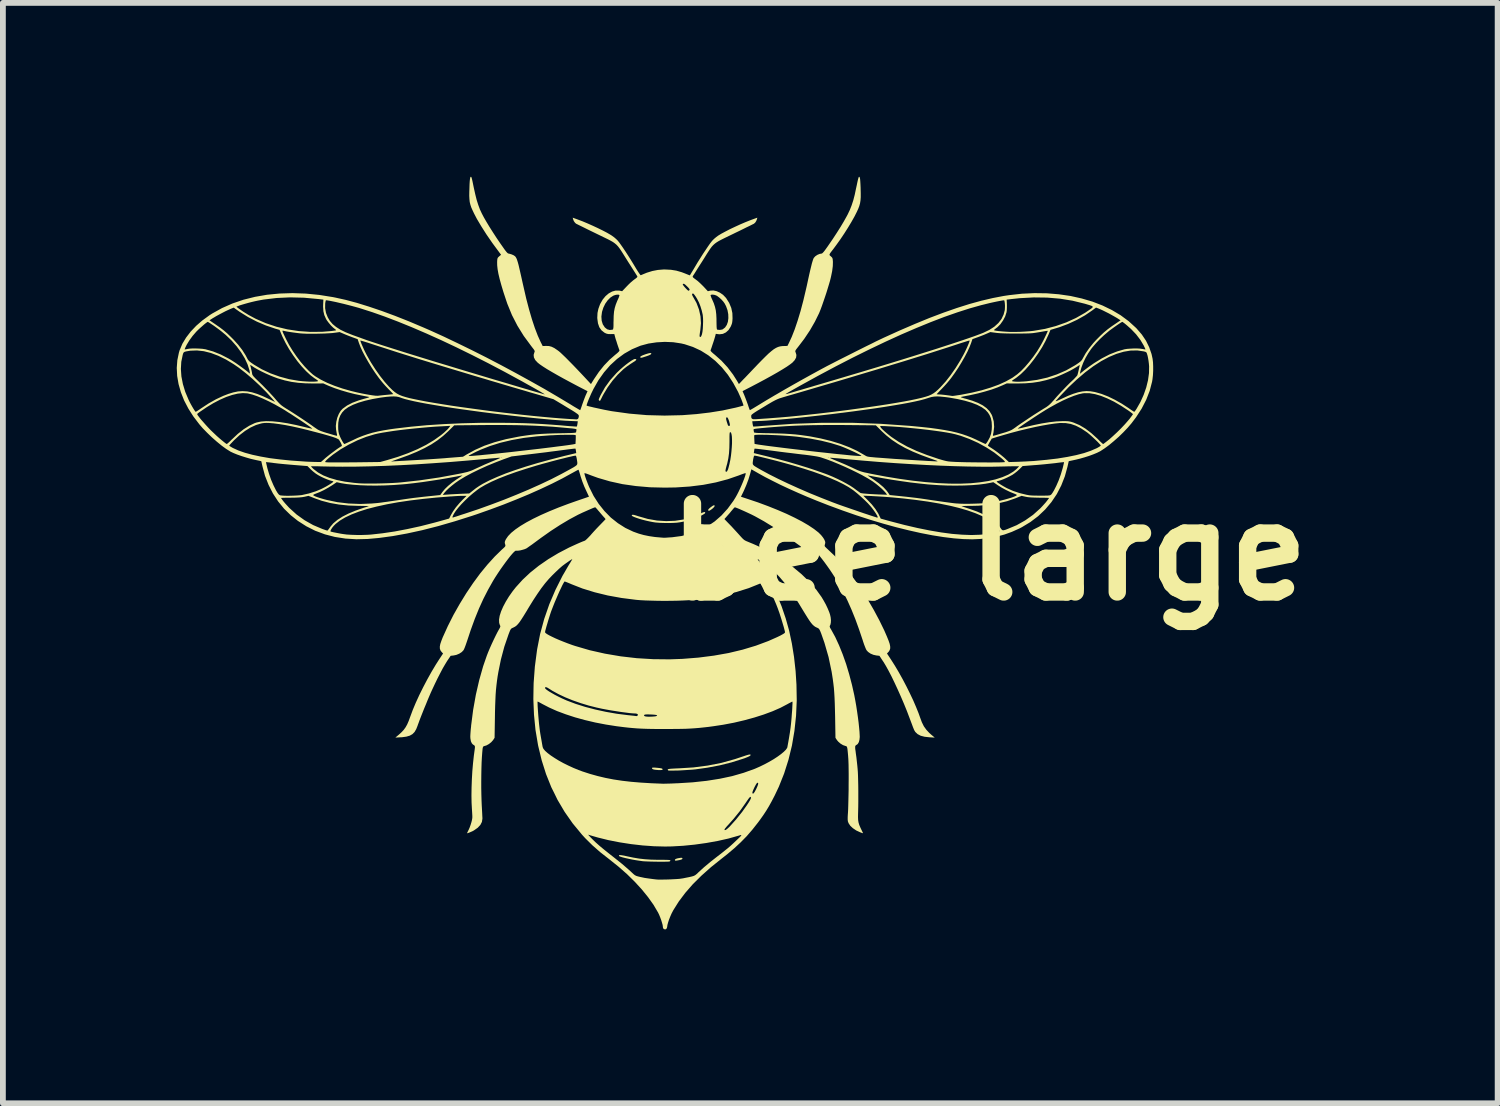
<source format=kicad_pcb>
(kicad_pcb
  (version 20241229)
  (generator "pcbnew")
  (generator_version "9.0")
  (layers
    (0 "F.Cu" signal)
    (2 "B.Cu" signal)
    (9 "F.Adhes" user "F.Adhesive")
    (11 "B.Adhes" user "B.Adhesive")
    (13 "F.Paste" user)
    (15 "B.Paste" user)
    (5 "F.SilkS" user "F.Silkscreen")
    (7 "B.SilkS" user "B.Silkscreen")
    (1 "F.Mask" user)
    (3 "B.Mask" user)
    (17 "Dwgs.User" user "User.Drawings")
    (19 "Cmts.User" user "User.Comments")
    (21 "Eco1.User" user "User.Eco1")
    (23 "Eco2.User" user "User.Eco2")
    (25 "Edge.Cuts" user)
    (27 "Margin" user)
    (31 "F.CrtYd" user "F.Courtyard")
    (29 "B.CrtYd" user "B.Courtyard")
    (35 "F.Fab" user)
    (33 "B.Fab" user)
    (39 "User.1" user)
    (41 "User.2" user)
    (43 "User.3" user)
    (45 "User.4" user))
  (footprint "bee large"
    (layer "F.Cu")
    (at 14.015 6.475)
    (property "Reference" "bee large" (at 0 0 0) (layer "F.SilkS") (effects (font (size 1.524 1.524) (thickness 0.3))))
    (attr board_only exclude_from_pos_files exclude_from_bom)
    (fp_poly (pts (xy -5.292 5.281) (xy -5.289 5.293) (xy -5.298 5.302) (xy -5.322 5.311) (xy -5.342 5.316) (xy -5.381 5.323) (xy -5.405 5.326) (xy -5.416 5.324) (xy -5.42 5.316) (xy -5.419 5.31) (xy -5.41 5.299) (xy -5.386 5.289) (xy -5.36 5.283) (xy -5.323 5.277) (xy -5.302 5.276)) (stroke (width 0) (type solid)) (fill yes) (layer "F.SilkS"))
    (fp_poly (pts (xy -4.737 -0.806) (xy -4.734 -0.794) (xy -4.74 -0.78) (xy -4.758 -0.761) (xy -4.781 -0.741) (xy -4.805 -0.724) (xy -4.826 -0.713) (xy -4.839 -0.711) (xy -4.84 -0.712) (xy -4.846 -0.725) (xy -4.839 -0.74) (xy -4.818 -0.76) (xy -4.8 -0.774) (xy -4.768 -0.797) (xy -4.747 -0.807)) (stroke (width 0) (type solid)) (fill yes) (layer "F.SilkS"))
    (fp_poly (pts (xy -5.833 -3.433) (xy -5.827 -3.426) (xy -5.827 -3.42) (xy -5.838 -3.408) (xy -5.866 -3.394) (xy -5.91 -3.378) (xy -5.954 -3.364) (xy -5.983 -3.355) (xy -6.001 -3.352) (xy -6.011 -3.353) (xy -6.017 -3.358) (xy -6.018 -3.359) (xy -6.017 -3.369) (xy -6.003 -3.381) (xy -5.974 -3.395) (xy -5.928 -3.412) (xy -5.882 -3.426) (xy -5.851 -3.433)) (stroke (width 0) (type solid)) (fill yes) (layer "F.SilkS"))
    (fp_poly (pts (xy -5.767 3.72) (xy -5.73 3.723) (xy -5.681 3.728) (xy -5.649 3.734) (xy -5.633 3.743) (xy -5.632 3.754) (xy -5.634 3.757) (xy -5.646 3.761) (xy -5.672 3.763) (xy -5.709 3.762) (xy -5.752 3.758) (xy -5.769 3.756) (xy -5.798 3.749) (xy -5.812 3.739) (xy -5.814 3.733) (xy -5.814 3.726) (xy -5.809 3.721) (xy -5.794 3.72)) (stroke (width 0) (type solid)) (fill yes) (layer "F.SilkS"))
    (fp_poly (pts (xy -6.088 -3.327) (xy -6.086 -3.316) (xy -6.1 -3.301) (xy -6.105 -3.297) (xy -6.182 -3.247) (xy -6.247 -3.202) (xy -6.302 -3.159) (xy -6.317 -3.146) (xy -6.409 -3.057) (xy -6.498 -2.954) (xy -6.579 -2.843) (xy -6.649 -2.727) (xy -6.669 -2.69) (xy -6.686 -2.655) (xy -6.701 -2.627) (xy -6.71 -2.61) (xy -6.712 -2.607) (xy -6.721 -2.611) (xy -6.728 -2.616) (xy -6.733 -2.622) (xy -6.733 -2.635) (xy -6.725 -2.656) (xy -6.709 -2.69) (xy -6.702 -2.706) (xy -6.626 -2.841) (xy -6.535 -2.967) (xy -6.428 -3.087) (xy -6.414 -3.101) (xy -6.366 -3.147) (xy -6.316 -3.191) (xy -6.266 -3.232) (xy -6.217 -3.269) (xy -6.174 -3.299) (xy -6.139 -3.32) (xy -6.113 -3.331) (xy -6.107 -3.331)) (stroke (width 0) (type solid)) (fill yes) (layer "F.SilkS"))
    (fp_poly (pts (xy -6.34 5.232) (xy -6.297 5.239) (xy -6.248 5.25) (xy -6.138 5.273) (xy -6.037 5.29) (xy -5.938 5.301) (xy -5.835 5.308) (xy -5.72 5.311) (xy -5.691 5.311) (xy -5.623 5.311) (xy -5.571 5.312) (xy -5.534 5.313) (xy -5.511 5.315) (xy -5.499 5.319) (xy -5.496 5.322) (xy -5.504 5.335) (xy -5.511 5.34) (xy -5.526 5.342) (xy -5.557 5.343) (xy -5.6 5.344) (xy -5.651 5.344) (xy -5.709 5.344) (xy -5.769 5.343) (xy -5.827 5.342) (xy -5.882 5.34) (xy -5.929 5.338) (xy -5.965 5.336) (xy -5.976 5.335) (xy -6.032 5.327) (xy -6.092 5.318) (xy -6.154 5.307) (xy -6.215 5.294) (xy -6.27 5.282) (xy -6.318 5.27) (xy -6.354 5.259) (xy -6.376 5.251) (xy -6.379 5.249) (xy -6.385 5.236) (xy -6.382 5.23) (xy -6.369 5.229)) (stroke (width 0) (type solid)) (fill yes) (layer "F.SilkS"))
    (fp_poly (pts (xy -4.114 3.497) (xy -4.114 3.505) (xy -4.114 3.506) (xy -4.121 3.515) (xy -4.139 3.526) (xy -4.17 3.54) (xy -4.216 3.558) (xy -4.249 3.569) (xy -4.442 3.63) (xy -4.646 3.681) (xy -4.856 3.721) (xy -5.063 3.75) (xy -5.115 3.755) (xy -5.173 3.759) (xy -5.236 3.763) (xy -5.299 3.767) (xy -5.36 3.77) (xy -5.417 3.771) (xy -5.466 3.772) (xy -5.504 3.772) (xy -5.528 3.771) (xy -5.536 3.769) (xy -5.543 3.759) (xy -5.543 3.752) (xy -5.533 3.746) (xy -5.513 3.742) (xy -5.48 3.739) (xy -5.431 3.736) (xy -5.366 3.733) (xy -5.357 3.733) (xy -5.1 3.717) (xy -4.853 3.685) (xy -4.615 3.638) (xy -4.385 3.574) (xy -4.301 3.546) (xy -4.238 3.525) (xy -4.19 3.509) (xy -4.156 3.499) (xy -4.133 3.494) (xy -4.12 3.494)) (stroke (width 0) (type solid)) (fill yes) (layer "F.SilkS"))
    (fp_poly (pts (xy -4.901 -0.689) (xy -4.896 -0.679) (xy -4.901 -0.667) (xy -4.919 -0.654) (xy -4.95 -0.636) (xy -4.991 -0.616) (xy -5.11 -0.568) (xy -5.239 -0.531) (xy -5.331 -0.513) (xy -5.384 -0.506) (xy -5.449 -0.502) (xy -5.523 -0.5) (xy -5.599 -0.501) (xy -5.672 -0.503) (xy -5.737 -0.508) (xy -5.759 -0.51) (xy -5.808 -0.518) (xy -5.863 -0.529) (xy -5.921 -0.542) (xy -5.979 -0.557) (xy -6.034 -0.573) (xy -6.082 -0.589) (xy -6.122 -0.604) (xy -6.15 -0.617) (xy -6.163 -0.627) (xy -6.164 -0.63) (xy -6.161 -0.639) (xy -6.15 -0.643) (xy -6.129 -0.641) (xy -6.096 -0.632) (xy -6.049 -0.617) (xy -5.888 -0.571) (xy -5.728 -0.543) (xy -5.57 -0.533) (xy -5.416 -0.539) (xy -5.266 -0.562) (xy -5.122 -0.603) (xy -4.984 -0.66) (xy -4.977 -0.664) (xy -4.937 -0.683) (xy -4.911 -0.69)) (stroke (width 0) (type solid)) (fill yes) (layer "F.SilkS"))
    (fp_poly (pts (xy -2.234 -6.471) (xy -2.229 -6.459) (xy -2.224 -6.436) (xy -2.221 -6.4) (xy -2.218 -6.35) (xy -2.215 -6.283) (xy -2.215 -6.272) (xy -2.213 -6.19) (xy -2.213 -6.123) (xy -2.217 -6.067) (xy -2.225 -6.017) (xy -2.238 -5.97) (xy -2.256 -5.923) (xy -2.28 -5.87) (xy -2.281 -5.868) (xy -2.322 -5.787) (xy -2.374 -5.695) (xy -2.433 -5.597) (xy -2.497 -5.496) (xy -2.564 -5.396) (xy -2.632 -5.301) (xy -2.686 -5.228) (xy -2.717 -5.188) (xy -2.738 -5.16) (xy -2.749 -5.141) (xy -2.752 -5.129) (xy -2.748 -5.119) (xy -2.737 -5.109) (xy -2.728 -5.101) (xy -2.712 -5.086) (xy -2.702 -5.072) (xy -2.697 -5.052) (xy -2.694 -5.021) (xy -2.693 -5.005) (xy -2.695 -4.934) (xy -2.706 -4.847) (xy -2.727 -4.745) (xy -2.744 -4.677) (xy -2.761 -4.619) (xy -2.782 -4.55) (xy -2.805 -4.475) (xy -2.831 -4.397) (xy -2.857 -4.321) (xy -2.882 -4.249) (xy -2.905 -4.187) (xy -2.925 -4.137) (xy -2.932 -4.12) (xy -3.004 -3.974) (xy -3.089 -3.826) (xy -3.187 -3.679) (xy -3.279 -3.558) (xy -3.308 -3.521) (xy -3.328 -3.495) (xy -3.339 -3.477) (xy -3.342 -3.465) (xy -3.341 -3.454) (xy -3.336 -3.444) (xy -3.323 -3.4) (xy -3.328 -3.355) (xy -3.353 -3.31) (xy -3.393 -3.267) (xy -3.432 -3.237) (xy -3.488 -3.198) (xy -3.56 -3.153) (xy -3.647 -3.101) (xy -3.749 -3.043) (xy -3.865 -2.979) (xy -3.994 -2.91) (xy -4.095 -2.857) (xy -4.252 -2.776) (xy -4.22 -2.701) (xy -4.202 -2.655) (xy -4.182 -2.602) (xy -4.163 -2.55) (xy -4.159 -2.539) (xy -4.147 -2.502) (xy -4.136 -2.471) (xy -4.129 -2.453) (xy -4.127 -2.449) (xy -4.118 -2.452) (xy -4.096 -2.464) (xy -4.063 -2.483) (xy -4.022 -2.508) (xy -3.979 -2.534) (xy -3.848 -2.614) (xy -3.703 -2.7) (xy -3.661 -2.724) (xy -3.51 -2.724) (xy -3.502 -2.725) (xy -3.481 -2.729) (xy -3.466 -2.734) (xy -3.447 -2.739) (xy -3.413 -2.749) (xy -3.365 -2.763) (xy -3.305 -2.781) (xy -3.235 -2.801) (xy -3.158 -2.824) (xy -3.075 -2.848) (xy -3.016 -2.866) (xy -2.741 -2.947) (xy -2.475 -3.026) (xy -2.219 -3.102) (xy -1.973 -3.176) (xy -1.739 -3.247) (xy -1.517 -3.315) (xy -1.308 -3.38) (xy -1.111 -3.442) (xy -0.929 -3.499) (xy -0.76 -3.554) (xy -0.606 -3.604) (xy -0.468 -3.65) (xy -0.345 -3.692) (xy -0.239 -3.729) (xy -0.151 -3.762) (xy -0.099 -3.782) (xy -0.001 -3.829) (xy 0.085 -3.829) (xy 0.094 -3.824) (xy 0.122 -3.818) (xy 0.167 -3.812) (xy 0.23 -3.806) (xy 0.286 -3.802) (xy 0.358 -3.798) (xy 0.442 -3.797) (xy 0.533 -3.799) (xy 0.624 -3.804) (xy 0.711 -3.81) (xy 0.772 -3.817) (xy 0.966 -3.85) (xy 1.153 -3.899) (xy 1.333 -3.962) (xy 1.502 -4.039) (xy 1.66 -4.129) (xy 1.726 -4.174) (xy 1.759 -4.196) (xy 1.78 -4.213) (xy 1.791 -4.226) (xy 1.788 -4.237) (xy 1.772 -4.247) (xy 1.741 -4.258) (xy 1.695 -4.272) (xy 1.651 -4.285) (xy 1.443 -4.336) (xy 1.228 -4.371) (xy 1.004 -4.39) (xy 0.773 -4.393) (xy 0.533 -4.38) (xy 0.39 -4.365) (xy 0.305 -4.355) (xy 0.309 -4.27) (xy 0.309 -4.22) (xy 0.307 -4.172) (xy 0.302 -4.133) (xy 0.301 -4.132) (xy 0.279 -4.064) (xy 0.243 -3.996) (xy 0.198 -3.932) (xy 0.146 -3.879) (xy 0.118 -3.858) (xy 0.098 -3.842) (xy 0.086 -3.831) (xy 0.085 -3.829) (xy -0.001 -3.829) (xy 0.004 -3.831) (xy 0.091 -3.887) (xy 0.162 -3.951) (xy 0.216 -4.021) (xy 0.253 -4.099) (xy 0.273 -4.176) (xy 0.275 -4.209) (xy 0.276 -4.247) (xy 0.274 -4.285) (xy 0.27 -4.317) (xy 0.265 -4.338) (xy 0.262 -4.343) (xy 0.251 -4.343) (xy 0.224 -4.339) (xy 0.185 -4.332) (xy 0.134 -4.322) (xy 0.077 -4.31) (xy 0.014 -4.296) (xy -0.051 -4.28) (xy -0.115 -4.264) (xy -0.133 -4.26) (xy -0.332 -4.204) (xy -0.544 -4.136) (xy -0.77 -4.057) (xy -1.007 -3.966) (xy -1.256 -3.864) (xy -1.516 -3.752) (xy -1.785 -3.629) (xy -2.064 -3.496) (xy -2.351 -3.354) (xy -2.646 -3.202) (xy -2.948 -3.041) (xy -3.257 -2.871) (xy -3.466 -2.753) (xy -3.49 -2.738) (xy -3.506 -2.728) (xy -3.51 -2.724) (xy -3.661 -2.724) (xy -3.548 -2.79) (xy -3.385 -2.883) (xy -3.218 -2.977) (xy -3.05 -3.07) (xy -2.885 -3.16) (xy -2.847 -3.18) (xy -2.797 -3.207) (xy -2.733 -3.24) (xy -2.659 -3.278) (xy -2.575 -3.321) (xy -2.485 -3.366) (xy -2.392 -3.413) (xy -2.297 -3.461) (xy -2.203 -3.508) (xy -2.113 -3.553) (xy -2.029 -3.594) (xy -1.954 -3.632) (xy -1.889 -3.663) (xy -1.838 -3.687) (xy -1.826 -3.693) (xy -1.546 -3.82) (xy -1.279 -3.935) (xy -1.026 -4.039) (xy -0.785 -4.13) (xy -0.556 -4.21) (xy -0.338 -4.279) (xy -0.131 -4.336) (xy 0.065 -4.382) (xy 0.252 -4.418) (xy 0.346 -4.432) (xy 0.568 -4.457) (xy 0.785 -4.467) (xy 0.999 -4.464) (xy 1.206 -4.447) (xy 1.407 -4.418) (xy 1.6 -4.375) (xy 1.784 -4.321) (xy 1.958 -4.254) (xy 2.121 -4.175) (xy 2.272 -4.085) (xy 2.41 -3.983) (xy 2.533 -3.871) (xy 2.547 -3.857) (xy 2.637 -3.753) (xy 2.709 -3.646) (xy 2.764 -3.534) (xy 2.805 -3.416) (xy 2.823 -3.334) (xy 2.83 -3.275) (xy 2.833 -3.204) (xy 2.833 -3.127) (xy 2.829 -3.05) (xy 2.821 -2.979) (xy 2.814 -2.938) (xy 2.773 -2.781) (xy 2.713 -2.627) (xy 2.634 -2.474) (xy 2.537 -2.324) (xy 2.459 -2.221) (xy 2.394 -2.145) (xy 2.319 -2.066) (xy 2.239 -1.988) (xy 2.155 -1.914) (xy 2.072 -1.845) (xy 1.993 -1.787) (xy 1.921 -1.74) (xy 1.913 -1.736) (xy 1.865 -1.712) (xy 1.802 -1.686) (xy 1.729 -1.659) (xy 1.65 -1.634) (xy 1.57 -1.611) (xy 1.492 -1.592) (xy 1.482 -1.59) (xy 1.441 -1.581) (xy 1.407 -1.574) (xy 1.384 -1.569) (xy 1.377 -1.567) (xy 1.374 -1.558) (xy 1.369 -1.535) (xy 1.361 -1.501) (xy 1.355 -1.473) (xy 1.309 -1.306) (xy 1.247 -1.148) (xy 1.17 -0.999) (xy 1.077 -0.861) (xy 0.97 -0.734) (xy 0.849 -0.619) (xy 0.714 -0.517) (xy 0.567 -0.428) (xy 0.522 -0.405) (xy 0.393 -0.347) (xy 0.265 -0.301) (xy 0.133 -0.266) (xy -0.006 -0.241) (xy -0.153 -0.225) (xy -0.29 -0.219) (xy -0.442 -0.223) (xy -0.607 -0.236) (xy -0.786 -0.258) (xy -0.975 -0.288) (xy -1.176 -0.327) (xy -1.385 -0.374) (xy -1.603 -0.428) (xy -1.827 -0.49) (xy -2.058 -0.559) (xy -2.293 -0.635) (xy -2.531 -0.718) (xy -2.772 -0.807) (xy -2.979 -0.888) (xy -3.137 -0.953) (xy -3.295 -1.021) (xy -3.449 -1.09) (xy -3.597 -1.159) (xy -3.735 -1.228) (xy -3.862 -1.293) (xy -3.974 -1.355) (xy -3.986 -1.362) (xy -4.1 -1.427) (xy -4.122 -1.347) (xy -4.15 -1.254) (xy -4.187 -1.156) (xy -4.228 -1.061) (xy -4.245 -1.025) (xy -4.28 -0.954) (xy -4.171 -0.918) (xy -3.986 -0.856) (xy -3.811 -0.791) (xy -3.646 -0.725) (xy -3.493 -0.659) (xy -3.353 -0.592) (xy -3.226 -0.526) (xy -3.115 -0.461) (xy -3.019 -0.397) (xy -2.941 -0.336) (xy -2.931 -0.326) (xy -2.896 -0.291) (xy -2.866 -0.253) (xy -2.846 -0.223) (xy -2.832 -0.193) (xy -2.825 -0.172) (xy -2.826 -0.153) (xy -2.83 -0.136) (xy -2.835 -0.117) (xy -2.835 -0.103) (xy -2.827 -0.09) (xy -2.808 -0.071) (xy -2.793 -0.057) (xy -2.664 0.065) (xy -2.541 0.197) (xy -2.421 0.341) (xy -2.302 0.5) (xy -2.197 0.654) (xy -2.089 0.825) (xy -1.987 1.001) (xy -1.892 1.179) (xy -1.807 1.353) (xy -1.761 1.459) (xy -1.733 1.528) (xy -1.714 1.583) (xy -1.705 1.627) (xy -1.704 1.662) (xy -1.713 1.692) (xy -1.729 1.718) (xy -1.736 1.726) (xy -1.76 1.751) (xy -1.69 1.857) (xy -1.624 1.961) (xy -1.557 2.074) (xy -1.49 2.194) (xy -1.425 2.318) (xy -1.364 2.441) (xy -1.307 2.561) (xy -1.258 2.675) (xy -1.216 2.779) (xy -1.19 2.852) (xy -1.159 2.936) (xy -1.124 3.007) (xy -1.081 3.067) (xy -1.029 3.123) (xy -0.994 3.154) (xy -0.936 3.202) (xy -1.026 3.197) (xy -1.11 3.188) (xy -1.179 3.17) (xy -1.232 3.142) (xy -1.271 3.105) (xy -1.29 3.074) (xy -1.299 3.053) (xy -1.313 3.018) (xy -1.33 2.972) (xy -1.35 2.919) (xy -1.37 2.866) (xy -1.417 2.742) (xy -1.468 2.617) (xy -1.521 2.493) (xy -1.575 2.372) (xy -1.629 2.256) (xy -1.681 2.148) (xy -1.732 2.05) (xy -1.779 1.965) (xy -1.821 1.895) (xy -1.826 1.889) (xy -1.89 1.791) (xy -1.943 1.785) (xy -1.994 1.774) (xy -2.044 1.753) (xy -2.086 1.724) (xy -2.113 1.694) (xy -2.124 1.673) (xy -2.138 1.639) (xy -2.155 1.595) (xy -2.172 1.545) (xy -2.178 1.525) (xy -2.243 1.332) (xy -2.307 1.156) (xy -2.373 0.993) (xy -2.441 0.84) (xy -2.512 0.696) (xy -2.587 0.558) (xy -2.622 0.499) (xy -2.662 0.434) (xy -2.705 0.367) (xy -2.75 0.3) (xy -2.796 0.235) (xy -2.841 0.173) (xy -2.884 0.117) (xy -2.923 0.068) (xy -2.958 0.027) (xy -2.986 -0.003) (xy -3.007 -0.02) (xy -3.019 -0.024) (xy -3.04 -0.022) (xy -3.073 -0.025) (xy -3.112 -0.033) (xy -3.151 -0.043) (xy -3.184 -0.055) (xy -3.196 -0.061) (xy -3.216 -0.074) (xy -3.247 -0.096) (xy -3.288 -0.125) (xy -3.334 -0.158) (xy -3.383 -0.195) (xy -3.389 -0.199) (xy -3.562 -0.324) (xy -3.726 -0.434) (xy -3.884 -0.531) (xy -4.037 -0.616) (xy -4.09 -0.643) (xy -4.128 -0.661) (xy -4.173 -0.682) (xy -4.221 -0.704) (xy -4.268 -0.725) (xy -4.311 -0.744) (xy -4.348 -0.759) (xy -4.373 -0.768) (xy -4.385 -0.772) (xy -4.394 -0.765) (xy -4.412 -0.747) (xy -4.434 -0.72) (xy -4.445 -0.708) (xy -4.473 -0.673) (xy -4.503 -0.639) (xy -4.527 -0.612) (xy -4.53 -0.608) (xy -4.549 -0.587) (xy -4.562 -0.573) (xy -4.564 -0.568) (xy -4.558 -0.561) (xy -4.541 -0.543) (xy -4.516 -0.517) (xy -4.485 -0.485) (xy -4.483 -0.483) (xy -4.444 -0.443) (xy -4.399 -0.394) (xy -4.353 -0.344) (xy -4.315 -0.302) (xy -4.279 -0.262) (xy -4.253 -0.234) (xy -4.231 -0.214) (xy -4.211 -0.2) (xy -4.187 -0.188) (xy -4.158 -0.176) (xy -4.144 -0.17) (xy -4.073 -0.141) (xy -3.992 -0.105) (xy -3.906 -0.063) (xy -3.821 -0.02) (xy -3.741 0.023) (xy -3.729 0.03) (xy -3.55 0.14) (xy -3.385 0.257) (xy -3.235 0.382) (xy -3.1 0.513) (xy -2.981 0.649) (xy -2.889 0.777) (xy -2.852 0.839) (xy -2.815 0.906) (xy -2.783 0.974) (xy -2.757 1.037) (xy -2.743 1.078) (xy -2.732 1.126) (xy -2.727 1.175) (xy -2.729 1.219) (xy -2.736 1.253) (xy -2.741 1.264) (xy -2.748 1.277) (xy -2.748 1.289) (xy -2.742 1.307) (xy -2.726 1.335) (xy -2.722 1.341) (xy -2.653 1.467) (xy -2.587 1.61) (xy -2.524 1.766) (xy -2.465 1.933) (xy -2.412 2.11) (xy -2.364 2.293) (xy -2.325 2.467) (xy -2.308 2.556) (xy -2.291 2.652) (xy -2.276 2.751) (xy -2.262 2.849) (xy -2.25 2.943) (xy -2.241 3.029) (xy -2.234 3.106) (xy -2.231 3.169) (xy -2.23 3.191) (xy -2.235 3.24) (xy -2.246 3.281) (xy -2.264 3.311) (xy -2.276 3.322) (xy -2.292 3.331) (xy -2.302 3.34) (xy -2.308 3.351) (xy -2.309 3.369) (xy -2.308 3.397) (xy -2.302 3.437) (xy -2.297 3.478) (xy -2.288 3.542) (xy -2.28 3.615) (xy -2.272 3.687) (xy -2.267 3.741) (xy -2.263 3.792) (xy -2.26 3.859) (xy -2.258 3.938) (xy -2.256 4.025) (xy -2.255 4.118) (xy -2.255 4.213) (xy -2.255 4.307) (xy -2.256 4.396) (xy -2.258 4.477) (xy -2.259 4.513) (xy -2.26 4.575) (xy -2.258 4.624) (xy -2.251 4.667) (xy -2.239 4.708) (xy -2.219 4.755) (xy -2.201 4.793) (xy -2.187 4.822) (xy -2.177 4.843) (xy -2.174 4.852) (xy -2.182 4.851) (xy -2.202 4.844) (xy -2.223 4.836) (xy -2.29 4.805) (xy -2.348 4.766) (xy -2.393 4.724) (xy -2.423 4.679) (xy -2.435 4.646) (xy -2.438 4.616) (xy -2.438 4.577) (xy -2.436 4.536) (xy -2.433 4.494) (xy -2.43 4.436) (xy -2.428 4.366) (xy -2.426 4.285) (xy -2.424 4.196) (xy -2.422 4.103) (xy -2.422 4.009) (xy -2.421 3.916) (xy -2.421 3.827) (xy -2.422 3.744) (xy -2.423 3.672) (xy -2.425 3.613) (xy -2.427 3.571) (xy -2.432 3.502) (xy -2.437 3.449) (xy -2.441 3.41) (xy -2.445 3.383) (xy -2.45 3.366) (xy -2.456 3.355) (xy -2.464 3.35) (xy -2.475 3.347) (xy -2.479 3.346) (xy -2.519 3.332) (xy -2.562 3.306) (xy -2.6 3.273) (xy -2.623 3.246) (xy -2.649 3.206) (xy -2.655 2.843) (xy -2.658 2.718) (xy -2.661 2.61) (xy -2.665 2.514) (xy -2.67 2.427) (xy -2.676 2.348) (xy -2.685 2.271) (xy -2.695 2.195) (xy -2.707 2.117) (xy -2.715 2.067) (xy -2.768 1.813) (xy -2.839 1.567) (xy -2.895 1.407) (xy -2.911 1.367) (xy -2.923 1.342) (xy -2.934 1.326) (xy -2.947 1.315) (xy -2.966 1.306) (xy -2.969 1.305) (xy -2.996 1.292) (xy -3.02 1.275) (xy -3.046 1.251) (xy -3.072 1.22) (xy -3.102 1.178) (xy -3.137 1.124) (xy -3.179 1.056) (xy -3.195 1.03) (xy -3.286 0.88) (xy -3.373 0.746) (xy -3.456 0.628) (xy -3.536 0.523) (xy -3.615 0.43) (xy -3.694 0.348) (xy -3.775 0.275) (xy -3.857 0.21) (xy -3.936 0.156) (xy -3.994 0.12) (xy -3.974 0.152) (xy -3.927 0.23) (xy -3.888 0.296) (xy -3.855 0.352) (xy -3.826 0.403) (xy -3.799 0.452) (xy -3.773 0.502) (xy -3.76 0.527) (xy -3.663 0.731) (xy -3.579 0.936) (xy -3.508 1.145) (xy -3.448 1.358) (xy -3.401 1.58) (xy -3.364 1.811) (xy -3.337 2.054) (xy -3.322 2.288) (xy -3.317 2.559) (xy -3.329 2.825) (xy -3.357 3.086) (xy -3.4 3.339) (xy -3.46 3.585) (xy -3.535 3.822) (xy -3.626 4.05) (xy -3.698 4.202) (xy -3.749 4.3) (xy -3.796 4.385) (xy -3.843 4.463) (xy -3.893 4.539) (xy -3.949 4.618) (xy -3.986 4.668) (xy -4.083 4.791) (xy -4.181 4.904) (xy -4.284 5.009) (xy -4.395 5.112) (xy -4.517 5.215) (xy -4.611 5.289) (xy -4.796 5.437) (xy -4.962 5.585) (xy -5.111 5.733) (xy -5.241 5.882) (xy -5.353 6.031) (xy -5.446 6.179) (xy -5.453 6.192) (xy -5.478 6.24) (xy -5.501 6.293) (xy -5.522 6.346) (xy -5.538 6.396) (xy -5.549 6.437) (xy -5.552 6.462) (xy -5.559 6.492) (xy -5.576 6.509) (xy -5.59 6.512) (xy -5.61 6.506) (xy -5.616 6.501) (xy -5.625 6.484) (xy -5.628 6.462) (xy -5.631 6.436) (xy -5.642 6.397) (xy -5.656 6.351) (xy -5.674 6.302) (xy -5.693 6.256) (xy -5.712 6.217) (xy -5.713 6.216) (xy -5.789 6.087) (xy -5.883 5.955) (xy -5.991 5.822) (xy -6.112 5.69) (xy -6.245 5.559) (xy -6.388 5.433) (xy -6.539 5.312) (xy -6.55 5.303) (xy -6.706 5.181) (xy -6.845 5.059) (xy -6.968 4.937) (xy -7.023 4.877) (xy -6.918 4.877) (xy -6.884 4.914) (xy -6.839 4.96) (xy -6.785 5.012) (xy -6.721 5.069) (xy -6.644 5.133) (xy -6.554 5.205) (xy -6.465 5.275) (xy -6.331 5.382) (xy -6.212 5.485) (xy -6.159 5.534) (xy -6.131 5.56) (xy -6.109 5.577) (xy -6.085 5.589) (xy -6.055 5.598) (xy -6.018 5.607) (xy -5.98 5.615) (xy -5.943 5.623) (xy -5.902 5.629) (xy -5.853 5.636) (xy -5.792 5.644) (xy -5.741 5.65) (xy -5.713 5.652) (xy -5.671 5.653) (xy -5.619 5.652) (xy -5.56 5.651) (xy -5.499 5.649) (xy -5.44 5.646) (xy -5.387 5.643) (xy -5.345 5.64) (xy -5.322 5.637) (xy -5.281 5.631) (xy -5.232 5.621) (xy -5.181 5.611) (xy -5.167 5.608) (xy -5.124 5.598) (xy -5.095 5.589) (xy -5.072 5.578) (xy -5.051 5.562) (xy -5.024 5.538) (xy -5.021 5.534) (xy -4.919 5.441) (xy -4.803 5.344) (xy -4.691 5.256) (xy -4.618 5.2) (xy -4.557 5.151) (xy -4.503 5.108) (xy -4.455 5.066) (xy -4.408 5.023) (xy -4.367 4.984) (xy -4.325 4.944) (xy -4.295 4.915) (xy -4.278 4.896) (xy -4.273 4.886) (xy -4.278 4.883) (xy -4.293 4.886) (xy -4.317 4.894) (xy -4.322 4.895) (xy -4.495 4.944) (xy -4.682 4.986) (xy -4.878 5.021) (xy -5.078 5.049) (xy -5.278 5.069) (xy -5.473 5.08) (xy -5.59 5.082) (xy -5.78 5.077) (xy -5.977 5.063) (xy -6.177 5.04) (xy -6.376 5.009) (xy -6.569 4.971) (xy -6.751 4.926) (xy -6.858 4.895) (xy -6.918 4.877) (xy -7.023 4.877) (xy -7.027 4.872) (xy -7.096 4.788) (xy -4.564 4.788) (xy -4.559 4.799) (xy -4.543 4.796) (xy -4.518 4.778) (xy -4.483 4.746) (xy -4.473 4.736) (xy -4.365 4.616) (xy -4.26 4.485) (xy -4.181 4.374) (xy -4.146 4.321) (xy -4.122 4.28) (xy -4.109 4.252) (xy -4.107 4.234) (xy -4.115 4.226) (xy -4.121 4.225) (xy -4.129 4.233) (xy -4.146 4.253) (xy -4.168 4.284) (xy -4.194 4.322) (xy -4.202 4.334) (xy -4.298 4.47) (xy -4.405 4.602) (xy -4.493 4.701) (xy -4.522 4.732) (xy -4.545 4.76) (xy -4.56 4.779) (xy -4.564 4.788) (xy -7.096 4.788) (xy -7.183 4.683) (xy -7.322 4.484) (xy -7.445 4.276) (xy -7.503 4.157) (xy -4.083 4.157) (xy -4.079 4.167) (xy -4.07 4.169) (xy -4.059 4.161) (xy -4.042 4.137) (xy -4.023 4.101) (xy -4.018 4.092) (xy -3.997 4.045) (xy -3.985 4.012) (xy -3.982 3.991) (xy -3.988 3.982) (xy -3.995 3.981) (xy -4.006 3.989) (xy -4.022 4.013) (xy -4.042 4.05) (xy -4.047 4.06) (xy -4.068 4.106) (xy -4.08 4.138) (xy -4.083 4.157) (xy -7.503 4.157) (xy -7.552 4.059) (xy -7.643 3.832) (xy -7.718 3.595) (xy -7.778 3.347) (xy -7.782 3.327) (xy -7.825 3.071) (xy -7.851 2.807) (xy -7.86 2.592) (xy -7.79 2.592) (xy -7.789 2.618) (xy -7.788 2.657) (xy -7.785 2.706) (xy -7.781 2.761) (xy -7.777 2.819) (xy -7.772 2.877) (xy -7.767 2.932) (xy -7.762 2.981) (xy -7.759 3.007) (xy -7.754 3.051) (xy -7.748 3.094) (xy -7.741 3.14) (xy -7.732 3.192) (xy -7.721 3.254) (xy -7.708 3.33) (xy -7.701 3.367) (xy -7.688 3.396) (xy -7.659 3.431) (xy -7.616 3.469) (xy -7.561 3.511) (xy -7.496 3.554) (xy -7.423 3.599) (xy -7.343 3.643) (xy -7.258 3.685) (xy -7.171 3.725) (xy -7.084 3.761) (xy -7.016 3.786) (xy -6.884 3.829) (xy -6.751 3.866) (xy -6.616 3.898) (xy -6.477 3.925) (xy -6.33 3.947) (xy -6.174 3.965) (xy -6.006 3.979) (xy -5.824 3.99) (xy -5.628 3.998) (xy -5.606 3.998) (xy -5.569 3.997) (xy -5.52 3.996) (xy -5.462 3.994) (xy -5.398 3.991) (xy -5.367 3.99) (xy -5.111 3.974) (xy -4.87 3.948) (xy -4.643 3.912) (xy -4.432 3.867) (xy -4.234 3.81) (xy -4.05 3.744) (xy -4.037 3.739) (xy -3.953 3.702) (xy -3.869 3.661) (xy -3.789 3.618) (xy -3.714 3.574) (xy -3.647 3.53) (xy -3.588 3.487) (xy -3.54 3.447) (xy -3.504 3.411) (xy -3.483 3.38) (xy -3.479 3.367) (xy -3.464 3.285) (xy -3.452 3.217) (xy -3.443 3.161) (xy -3.435 3.113) (xy -3.429 3.069) (xy -3.423 3.026) (xy -3.421 3.007) (xy -3.416 2.964) (xy -3.411 2.912) (xy -3.406 2.856) (xy -3.402 2.797) (xy -3.397 2.74) (xy -3.394 2.687) (xy -3.392 2.642) (xy -3.39 2.607) (xy -3.391 2.586) (xy -3.391 2.581) (xy -3.401 2.584) (xy -3.422 2.595) (xy -3.453 2.611) (xy -3.478 2.625) (xy -3.598 2.688) (xy -3.735 2.748) (xy -3.886 2.804) (xy -4.049 2.856) (xy -4.221 2.903) (xy -4.4 2.945) (xy -4.584 2.98) (xy -4.755 3.006) (xy -4.844 3.018) (xy -4.925 3.027) (xy -5.001 3.035) (xy -5.074 3.041) (xy -5.149 3.046) (xy -5.227 3.05) (xy -5.313 3.052) (xy -5.409 3.053) (xy -5.52 3.054) (xy -5.585 3.054) (xy -5.706 3.054) (xy -5.812 3.053) (xy -5.905 3.051) (xy -5.989 3.048) (xy -6.067 3.044) (xy -6.142 3.038) (xy -6.219 3.031) (xy -6.299 3.022) (xy -6.386 3.011) (xy -6.426 3.006) (xy -6.611 2.977) (xy -6.793 2.942) (xy -6.971 2.9) (xy -7.142 2.853) (xy -7.304 2.8) (xy -7.454 2.744) (xy -7.59 2.683) (xy -7.71 2.621) (xy -7.711 2.62) (xy -7.744 2.602) (xy -7.77 2.588) (xy -7.786 2.581) (xy -7.789 2.581) (xy -7.79 2.592) (xy -7.86 2.592) (xy -7.862 2.536) (xy -7.859 2.348) (xy -7.66 2.348) (xy -7.652 2.361) (xy -7.629 2.38) (xy -7.593 2.405) (xy -7.547 2.432) (xy -7.493 2.463) (xy -7.433 2.494) (xy -7.37 2.525) (xy -7.305 2.554) (xy -7.282 2.564) (xy -7.133 2.62) (xy -6.969 2.672) (xy -6.793 2.718) (xy -6.61 2.758) (xy -6.421 2.791) (xy -6.231 2.815) (xy -6.211 2.817) (xy -6.164 2.822) (xy -6.124 2.826) (xy -6.095 2.83) (xy -6.08 2.831) (xy -6.079 2.832) (xy -6.069 2.827) (xy -6.063 2.822) (xy -6.061 2.816) (xy -5.953 2.816) (xy -5.947 2.829) (xy -5.946 2.83) (xy -5.932 2.836) (xy -5.906 2.84) (xy -5.871 2.842) (xy -5.832 2.841) (xy -5.793 2.839) (xy -5.76 2.836) (xy -5.736 2.83) (xy -5.727 2.824) (xy -5.727 2.823) (xy -5.73 2.817) (xy -5.742 2.812) (xy -5.767 2.808) (xy -5.805 2.805) (xy -5.83 2.804) (xy -5.885 2.802) (xy -5.923 2.803) (xy -5.945 2.808) (xy -5.953 2.816) (xy -6.061 2.816) (xy -6.057 2.807) (xy -6.067 2.795) (xy -6.089 2.787) (xy -6.107 2.786) (xy -6.148 2.784) (xy -6.204 2.779) (xy -6.272 2.77) (xy -6.349 2.76) (xy -6.431 2.747) (xy -6.516 2.734) (xy -6.599 2.719) (xy -6.679 2.704) (xy -6.751 2.688) (xy -6.762 2.686) (xy -6.905 2.65) (xy -7.047 2.607) (xy -7.184 2.559) (xy -7.312 2.507) (xy -7.429 2.452) (xy -7.533 2.395) (xy -7.588 2.36) (xy -7.623 2.339) (xy -7.646 2.331) (xy -7.658 2.335) (xy -7.66 2.348) (xy -7.859 2.348) (xy -7.857 2.259) (xy -7.836 1.978) (xy -7.799 1.695) (xy -7.796 1.675) (xy -7.745 1.414) (xy -7.737 1.385) (xy -7.66 1.385) (xy -7.652 1.397) (xy -7.628 1.415) (xy -7.59 1.437) (xy -7.54 1.462) (xy -7.481 1.49) (xy -7.414 1.519) (xy -7.342 1.548) (xy -7.267 1.577) (xy -7.19 1.605) (xy -7.138 1.622) (xy -6.888 1.695) (xy -6.626 1.754) (xy -6.355 1.8) (xy -6.078 1.832) (xy -5.796 1.849) (xy -5.512 1.852) (xy -5.289 1.844) (xy -5.013 1.822) (xy -4.747 1.788) (xy -4.493 1.743) (xy -4.251 1.685) (xy -4.022 1.616) (xy -3.807 1.536) (xy -3.654 1.468) (xy -3.6 1.442) (xy -3.562 1.421) (xy -3.537 1.406) (xy -3.524 1.395) (xy -3.52 1.386) (xy -3.52 1.385) (xy -3.522 1.369) (xy -3.53 1.337) (xy -3.541 1.295) (xy -3.556 1.245) (xy -3.572 1.191) (xy -3.589 1.136) (xy -3.606 1.083) (xy -3.621 1.037) (xy -3.624 1.03) (xy -3.645 0.971) (xy -3.67 0.907) (xy -3.698 0.841) (xy -3.726 0.775) (xy -3.754 0.712) (xy -3.781 0.653) (xy -3.806 0.601) (xy -3.827 0.559) (xy -3.845 0.528) (xy -3.857 0.511) (xy -3.861 0.508) (xy -3.873 0.512) (xy -3.898 0.522) (xy -3.931 0.536) (xy -3.951 0.545) (xy -4.145 0.623) (xy -4.354 0.689) (xy -4.578 0.745) (xy -4.817 0.79) (xy -5.071 0.823) (xy -5.093 0.825) (xy -5.172 0.831) (xy -5.265 0.836) (xy -5.369 0.84) (xy -5.481 0.842) (xy -5.597 0.843) (xy -5.712 0.842) (xy -5.824 0.839) (xy -5.927 0.836) (xy -6.019 0.831) (xy -6.089 0.825) (xy -6.34 0.793) (xy -6.578 0.75) (xy -6.803 0.695) (xy -7.014 0.63) (xy -7.203 0.556) (xy -7.245 0.538) (xy -7.281 0.523) (xy -7.308 0.513) (xy -7.321 0.508) (xy -7.322 0.508) (xy -7.33 0.517) (xy -7.344 0.54) (xy -7.363 0.576) (xy -7.385 0.623) (xy -7.411 0.677) (xy -7.438 0.738) (xy -7.465 0.801) (xy -7.493 0.866) (xy -7.518 0.929) (xy -7.541 0.988) (xy -7.557 1.03) (xy -7.572 1.075) (xy -7.588 1.126) (xy -7.605 1.18) (xy -7.621 1.235) (xy -7.636 1.285) (xy -7.648 1.329) (xy -7.657 1.363) (xy -7.66 1.383) (xy -7.66 1.385) (xy -7.737 1.385) (xy -7.675 1.156) (xy -7.587 0.902) (xy -7.481 0.654) (xy -7.359 0.411) (xy -7.322 0.348) (xy -4.341 0.348) (xy -4.338 0.369) (xy -4.331 0.397) (xy -4.318 0.443) (xy -4.304 0.471) (xy -4.291 0.481) (xy -4.279 0.473) (xy -4.277 0.471) (xy -4.277 0.458) (xy -4.281 0.432) (xy -4.287 0.402) (xy -4.296 0.371) (xy -4.304 0.347) (xy -4.31 0.335) (xy -4.325 0.331) (xy -4.332 0.332) (xy -4.339 0.337) (xy -4.341 0.348) (xy -7.322 0.348) (xy -7.279 0.273) (xy -7.252 0.227) (xy -7.227 0.187) (xy -7.208 0.155) (xy -7.195 0.134) (xy -7.191 0.127) (xy -7.193 0.124) (xy -7.205 0.13) (xy -7.229 0.145) (xy -7.266 0.171) (xy -7.316 0.206) (xy -7.364 0.242) (xy -7.419 0.29) (xy -7.478 0.346) (xy -7.538 0.405) (xy -7.595 0.465) (xy -7.645 0.523) (xy -7.664 0.546) (xy -7.726 0.627) (xy -7.792 0.722) (xy -7.863 0.83) (xy -7.939 0.953) (xy -7.985 1.03) (xy -8.03 1.103) (xy -8.067 1.161) (xy -8.098 1.207) (xy -8.126 1.242) (xy -8.151 1.268) (xy -8.176 1.287) (xy -8.202 1.301) (xy -8.211 1.305) (xy -8.229 1.313) (xy -8.243 1.322) (xy -8.254 1.336) (xy -8.265 1.357) (xy -8.278 1.39) (xy -8.29 1.421) (xy -8.363 1.634) (xy -8.421 1.851) (xy -8.465 2.067) (xy -8.479 2.149) (xy -8.49 2.226) (xy -8.499 2.302) (xy -8.507 2.379) (xy -8.513 2.461) (xy -8.517 2.551) (xy -8.521 2.652) (xy -8.524 2.766) (xy -8.525 2.843) (xy -8.531 3.206) (xy -8.557 3.246) (xy -8.588 3.281) (xy -8.628 3.313) (xy -8.671 3.337) (xy -8.701 3.346) (xy -8.72 3.352) (xy -8.73 3.362) (xy -8.736 3.383) (xy -8.738 3.396) (xy -8.744 3.461) (xy -8.75 3.541) (xy -8.755 3.635) (xy -8.758 3.737) (xy -8.76 3.847) (xy -8.761 3.96) (xy -8.761 4.073) (xy -8.759 4.183) (xy -8.756 4.288) (xy -8.752 4.384) (xy -8.751 4.395) (xy -8.748 4.452) (xy -8.745 4.506) (xy -8.743 4.552) (xy -8.741 4.587) (xy -8.741 4.603) (xy -8.75 4.658) (xy -8.777 4.71) (xy -8.822 4.758) (xy -8.886 4.803) (xy -8.886 4.803) (xy -8.911 4.817) (xy -8.941 4.83) (xy -8.969 4.842) (xy -8.992 4.85) (xy -9.005 4.853) (xy -9.006 4.852) (xy -9.002 4.842) (xy -8.992 4.821) (xy -8.978 4.792) (xy -8.977 4.791) (xy -8.96 4.751) (xy -8.943 4.703) (xy -8.93 4.66) (xy -8.923 4.632) (xy -8.918 4.607) (xy -8.915 4.583) (xy -8.915 4.554) (xy -8.917 4.516) (xy -8.92 4.466) (xy -8.922 4.435) (xy -8.928 4.324) (xy -8.93 4.199) (xy -8.928 4.064) (xy -8.923 3.924) (xy -8.915 3.784) (xy -8.903 3.646) (xy -8.889 3.517) (xy -8.879 3.443) (xy -8.873 3.399) (xy -8.87 3.37) (xy -8.871 3.352) (xy -8.877 3.34) (xy -8.89 3.33) (xy -8.904 3.322) (xy -8.924 3.3) (xy -8.94 3.265) (xy -8.948 3.219) (xy -8.95 3.189) (xy -8.949 3.157) (xy -8.946 3.111) (xy -8.942 3.059) (xy -8.936 3.005) (xy -8.936 2.997) (xy -8.901 2.725) (xy -8.854 2.462) (xy -8.796 2.21) (xy -8.728 1.97) (xy -8.665 1.788) (xy -8.642 1.729) (xy -8.613 1.66) (xy -8.58 1.586) (xy -8.546 1.513) (xy -8.512 1.443) (xy -8.481 1.382) (xy -8.454 1.333) (xy -8.452 1.331) (xy -8.436 1.299) (xy -8.431 1.279) (xy -8.434 1.273) (xy -8.441 1.258) (xy -8.449 1.232) (xy -8.452 1.221) (xy -8.454 1.166) (xy -8.443 1.1) (xy -8.419 1.025) (xy -8.384 0.944) (xy -8.338 0.857) (xy -8.283 0.767) (xy -8.218 0.675) (xy -8.164 0.607) (xy -8.048 0.479) (xy -7.916 0.355) (xy -7.767 0.236) (xy -7.605 0.124) (xy -7.43 0.019) (xy -7.244 -0.078) (xy -7.139 -0.126) (xy -7.09 -0.148) (xy -7.046 -0.167) (xy -7.01 -0.182) (xy -6.985 -0.191) (xy -6.977 -0.194) (xy -6.962 -0.203) (xy -6.939 -0.224) (xy -6.908 -0.255) (xy -6.873 -0.292) (xy -6.865 -0.302) (xy -6.824 -0.348) (xy -6.778 -0.398) (xy -6.733 -0.445) (xy -6.695 -0.484) (xy -6.665 -0.515) (xy -6.639 -0.542) (xy -6.622 -0.56) (xy -6.616 -0.568) (xy -6.616 -0.568) (xy -6.622 -0.576) (xy -6.637 -0.594) (xy -6.65 -0.608) (xy -6.672 -0.633) (xy -6.701 -0.667) (xy -6.73 -0.702) (xy -6.736 -0.708) (xy -6.76 -0.737) (xy -6.78 -0.759) (xy -6.793 -0.771) (xy -6.795 -0.772) (xy -6.808 -0.768) (xy -6.835 -0.758) (xy -6.872 -0.742) (xy -6.916 -0.723) (xy -6.963 -0.702) (xy -7.011 -0.681) (xy -7.055 -0.66) (xy -7.091 -0.643) (xy -7.242 -0.562) (xy -7.398 -0.469) (xy -7.56 -0.364) (xy -7.73 -0.244) (xy -7.791 -0.199) (xy -7.841 -0.162) (xy -7.887 -0.128) (xy -7.929 -0.099) (xy -7.961 -0.076) (xy -7.982 -0.062) (xy -7.984 -0.061) (xy -8.012 -0.049) (xy -8.049 -0.038) (xy -8.088 -0.028) (xy -8.125 -0.023) (xy -8.153 -0.022) (xy -8.162 -0.024) (xy -8.174 -0.019) (xy -8.196 -0.001) (xy -8.225 0.03) (xy -8.26 0.071) (xy -8.299 0.121) (xy -8.342 0.178) (xy -8.387 0.24) (xy -8.433 0.305) (xy -8.477 0.371) (xy -8.52 0.437) (xy -8.558 0.499) (xy -8.644 0.652) (xy -8.725 0.81) (xy -8.801 0.977) (xy -8.873 1.155) (xy -8.943 1.347) (xy -8.997 1.51) (xy -9.015 1.563) (xy -9.032 1.612) (xy -9.048 1.654) (xy -9.061 1.683) (xy -9.067 1.694) (xy -9.097 1.726) (xy -9.14 1.754) (xy -9.19 1.775) (xy -9.237 1.785) (xy -9.289 1.791) (xy -9.35 1.881) (xy -9.384 1.937) (xy -9.425 2.007) (xy -9.468 2.089) (xy -9.514 2.178) (xy -9.56 2.273) (xy -9.605 2.369) (xy -9.632 2.428) (xy -9.657 2.486) (xy -9.685 2.552) (xy -9.714 2.624) (xy -9.745 2.698) (xy -9.774 2.771) (xy -9.801 2.839) (xy -9.825 2.901) (xy -9.843 2.951) (xy -9.857 2.988) (xy -9.858 2.993) (xy -9.883 3.056) (xy -9.912 3.106) (xy -9.949 3.143) (xy -9.995 3.169) (xy -10.054 3.186) (xy -10.128 3.196) (xy -10.154 3.197) (xy -10.243 3.202) (xy -10.181 3.15) (xy -10.135 3.108) (xy -10.098 3.068) (xy -10.067 3.025) (xy -10.039 2.975) (xy -10.013 2.915) (xy -9.986 2.841) (xy -9.984 2.836) (xy -9.942 2.723) (xy -9.89 2.599) (xy -9.83 2.468) (xy -9.763 2.333) (xy -9.692 2.198) (xy -9.619 2.067) (xy -9.545 1.943) (xy -9.49 1.857) (xy -9.42 1.751) (xy -9.444 1.726) (xy -9.464 1.699) (xy -9.475 1.668) (xy -9.476 1.632) (xy -9.468 1.588) (xy -9.449 1.532) (xy -9.426 1.473) (xy -9.337 1.277) (xy -9.239 1.083) (xy -9.132 0.894) (xy -9.019 0.71) (xy -8.901 0.535) (xy -8.779 0.369) (xy -8.654 0.217) (xy -8.528 0.078) (xy -8.403 -0.044) (xy -8.388 -0.057) (xy -8.362 -0.081) (xy -8.349 -0.096) (xy -8.344 -0.109) (xy -8.346 -0.125) (xy -8.35 -0.136) (xy -8.355 -0.158) (xy -8.354 -0.176) (xy -8.346 -0.199) (xy -8.334 -0.223) (xy -8.298 -0.275) (xy -8.244 -0.331) (xy -8.173 -0.389) (xy -8.086 -0.449) (xy -7.983 -0.511) (xy -7.865 -0.574) (xy -7.733 -0.638) (xy -7.588 -0.702) (xy -7.429 -0.767) (xy -7.259 -0.831) (xy -7.123 -0.879) (xy -6.902 -0.955) (xy -6.946 -1.049) (xy -6.984 -1.132) (xy -7.016 -1.214) (xy -7.046 -1.304) (xy -7.058 -1.346) (xy -7.063 -1.361) (xy -6.98 -1.361) (xy -6.98 -1.35) (xy -6.974 -1.324) (xy -6.963 -1.288) (xy -6.948 -1.245) (xy -6.93 -1.198) (xy -6.911 -1.15) (xy -6.896 -1.115) (xy -6.822 -0.967) (xy -6.734 -0.83) (xy -6.635 -0.706) (xy -6.525 -0.594) (xy -6.404 -0.498) (xy -6.275 -0.416) (xy -6.138 -0.351) (xy -6.129 -0.348) (xy -6.043 -0.317) (xy -5.957 -0.293) (xy -5.865 -0.274) (xy -5.764 -0.259) (xy -5.649 -0.249) (xy -5.613 -0.246) (xy -5.596 -0.246) (xy -5.565 -0.248) (xy -5.524 -0.251) (xy -5.476 -0.254) (xy -5.471 -0.254) (xy -5.449 -0.257) (xy -4.708 -0.257) (xy -4.696 -0.236) (xy -4.67 -0.205) (xy -4.646 -0.18) (xy -4.556 -0.073) (xy -4.476 0.048) (xy -4.408 0.179) (xy -4.396 0.205) (xy -4.381 0.235) (xy -4.367 0.25) (xy -4.356 0.247) (xy -4.35 0.229) (xy -4.353 0.213) (xy -4.364 0.183) (xy -4.382 0.144) (xy -4.404 0.1) (xy -4.429 0.052) (xy -4.455 0.006) (xy -4.48 -0.037) (xy -4.504 -0.072) (xy -4.504 -0.072) (xy -4.53 -0.107) (xy -4.561 -0.144) (xy -4.594 -0.181) (xy -4.626 -0.216) (xy -4.655 -0.244) (xy -4.677 -0.264) (xy -4.691 -0.273) (xy -4.692 -0.273) (xy -4.706 -0.269) (xy -4.708 -0.257) (xy -5.449 -0.257) (xy -5.305 -0.276) (xy -5.148 -0.315) (xy -5 -0.37) (xy -4.862 -0.44) (xy -4.734 -0.527) (xy -4.616 -0.63) (xy -4.508 -0.749) (xy -4.41 -0.883) (xy -4.371 -0.946) (xy -4.346 -0.991) (xy -4.32 -1.042) (xy -4.294 -1.097) (xy -4.269 -1.153) (xy -4.246 -1.208) (xy -4.226 -1.259) (xy -4.211 -1.302) (xy -4.201 -1.335) (xy -4.198 -1.356) (xy -4.2 -1.361) (xy -4.21 -1.36) (xy -4.234 -1.352) (xy -4.268 -1.34) (xy -4.31 -1.324) (xy -4.312 -1.323) (xy -4.506 -1.256) (xy -4.713 -1.201) (xy -4.931 -1.159) (xy -5.163 -1.13) (xy -5.407 -1.114) (xy -5.595 -1.111) (xy -5.849 -1.117) (xy -6.092 -1.138) (xy -6.323 -1.171) (xy -6.541 -1.219) (xy -6.747 -1.279) (xy -6.868 -1.323) (xy -6.909 -1.339) (xy -6.944 -1.352) (xy -6.969 -1.359) (xy -6.98 -1.361) (xy -6.98 -1.361) (xy -7.063 -1.361) (xy -7.068 -1.38) (xy -7.077 -1.405) (xy -4.547 -1.405) (xy -4.544 -1.389) (xy -4.535 -1.385) (xy -4.528 -1.385) (xy -4.517 -1.397) (xy -4.503 -1.426) (xy -4.493 -1.46) (xy -4.477 -1.523) (xy -4.475 -1.534) (xy -4.077 -1.534) (xy -4.075 -1.516) (xy -4.066 -1.501) (xy -4.05 -1.486) (xy -4.022 -1.468) (xy -3.983 -1.445) (xy -3.934 -1.417) (xy -3.794 -1.341) (xy -3.639 -1.263) (xy -3.469 -1.182) (xy -3.288 -1.1) (xy -3.097 -1.017) (xy -2.898 -0.936) (xy -2.694 -0.856) (xy -2.64 -0.836) (xy -2.603 -0.822) (xy -2.555 -0.805) (xy -2.498 -0.785) (xy -2.434 -0.763) (xy -2.365 -0.739) (xy -2.294 -0.715) (xy -2.223 -0.69) (xy -2.155 -0.667) (xy -2.091 -0.646) (xy -2.035 -0.627) (xy -1.988 -0.612) (xy -1.953 -0.601) (xy -1.932 -0.594) (xy -1.927 -0.593) (xy -1.92 -0.6) (xy -1.92 -0.602) (xy -1.925 -0.619) (xy -1.941 -0.647) (xy -1.963 -0.682) (xy -1.99 -0.721) (xy -2.02 -0.761) (xy -2.046 -0.792) (xy -2.091 -0.842) (xy -2.148 -0.898) (xy -2.211 -0.956) (xy -2.229 -0.972) (xy -2.169 -0.972) (xy -2.098 -0.901) (xy -2.022 -0.821) (xy -1.959 -0.741) (xy -1.911 -0.665) (xy -1.898 -0.639) (xy -1.868 -0.576) (xy -1.694 -0.528) (xy -1.46 -0.467) (xy -1.237 -0.415) (xy -1.025 -0.372) (xy -0.825 -0.338) (xy -0.638 -0.313) (xy -0.464 -0.299) (xy -0.304 -0.293) (xy -0.159 -0.298) (xy -0.075 -0.305) (xy -0.022 -0.313) (xy 0.032 -0.321) (xy 0.083 -0.33) (xy 0.127 -0.339) (xy 0.16 -0.347) (xy 0.179 -0.353) (xy 0.18 -0.354) (xy 0.182 -0.365) (xy 0.173 -0.387) (xy 0.155 -0.415) (xy 0.13 -0.447) (xy 0.125 -0.453) (xy 0.062 -0.511) (xy -0.02 -0.567) (xy -0.119 -0.62) (xy -0.235 -0.67) (xy -0.368 -0.717) (xy -0.516 -0.76) (xy -0.637 -0.79) (xy -0.474 -0.79) (xy -0.473 -0.789) (xy -0.458 -0.784) (xy -0.429 -0.775) (xy -0.39 -0.762) (xy -0.344 -0.747) (xy -0.329 -0.742) (xy -0.208 -0.699) (xy -0.099 -0.651) (xy -0.003 -0.598) (xy 0.078 -0.543) (xy 0.143 -0.485) (xy 0.188 -0.431) (xy 0.208 -0.401) (xy 0.223 -0.383) (xy 0.238 -0.375) (xy 0.257 -0.376) (xy 0.286 -0.384) (xy 0.32 -0.397) (xy 0.478 -0.463) (xy 0.624 -0.545) (xy 0.76 -0.641) (xy 0.884 -0.752) (xy 0.891 -0.759) (xy 0.92 -0.79) (xy 0.951 -0.824) (xy 0.981 -0.858) (xy 1.006 -0.89) (xy 1.025 -0.915) (xy 1.035 -0.93) (xy 1.035 -0.933) (xy 1.026 -0.934) (xy 1.002 -0.935) (xy 0.964 -0.936) (xy 0.916 -0.937) (xy 0.868 -0.937) (xy 0.786 -0.939) (xy 0.72 -0.942) (xy 0.668 -0.947) (xy 0.631 -0.954) (xy 0.562 -0.969) (xy 0.457 -0.927) (xy 0.313 -0.877) (xy 0.159 -0.84) (xy -0.006 -0.814) (xy -0.183 -0.799) (xy -0.304 -0.796) (xy -0.359 -0.796) (xy -0.407 -0.795) (xy -0.443 -0.793) (xy -0.466 -0.791) (xy -0.474 -0.79) (xy -0.637 -0.79) (xy -0.681 -0.8) (xy -0.861 -0.837) (xy -1.055 -0.87) (xy -1.264 -0.899) (xy -1.486 -0.925) (xy -1.658 -0.941) (xy -1.732 -0.947) (xy -1.81 -0.953) (xy -1.887 -0.958) (xy -1.956 -0.962) (xy -2.014 -0.965) (xy -2.023 -0.966) (xy -2.169 -0.972) (xy -2.229 -0.972) (xy -2.276 -1.013) (xy -2.338 -1.063) (xy -2.351 -1.072) (xy -2.424 -1.121) (xy -2.515 -1.172) (xy -2.623 -1.225) (xy -2.746 -1.278) (xy -2.883 -1.332) (xy -3.034 -1.386) (xy -3.198 -1.439) (xy -3.373 -1.492) (xy -3.388 -1.496) (xy -3.455 -1.515) (xy -3.527 -1.535) (xy -3.603 -1.556) (xy -3.679 -1.576) (xy -3.754 -1.595) (xy -3.825 -1.613) (xy -3.891 -1.629) (xy -3.948 -1.643) (xy -3.994 -1.654) (xy -4.028 -1.661) (xy -4.047 -1.663) (xy -4.049 -1.663) (xy -4.056 -1.653) (xy -4.063 -1.628) (xy -4.07 -1.595) (xy -4.071 -1.585) (xy -4.075 -1.556) (xy -4.077 -1.534) (xy -4.475 -1.534) (xy -4.463 -1.591) (xy -4.452 -1.662) (xy -4.447 -1.707) (xy -4.058 -1.707) (xy -3.834 -1.652) (xy -3.648 -1.605) (xy -3.466 -1.556) (xy -3.289 -1.504) (xy -3.12 -1.452) (xy -2.964 -1.4) (xy -2.821 -1.349) (xy -2.776 -1.332) (xy -2.699 -1.3) (xy -2.618 -1.263) (xy -2.537 -1.223) (xy -2.461 -1.182) (xy -2.393 -1.143) (xy -2.337 -1.106) (xy -2.321 -1.094) (xy -2.285 -1.067) (xy -2.253 -1.044) (xy -2.228 -1.026) (xy -2.217 -1.019) (xy -2.201 -1.015) (xy -2.168 -1.01) (xy -2.12 -1.006) (xy -2.059 -1.001) (xy -1.986 -0.997) (xy -1.905 -0.993) (xy -1.816 -0.99) (xy -1.809 -0.99) (xy -1.759 -0.988) (xy -1.777 -1.015) (xy -1.806 -1.048) (xy -1.847 -1.089) (xy -1.896 -1.132) (xy -1.951 -1.177) (xy -2.008 -1.219) (xy -2.03 -1.233) (xy -2.098 -1.275) (xy -2.181 -1.321) (xy -2.181 -1.322) (xy -2.096 -1.322) (xy -2.088 -1.316) (xy -2.067 -1.302) (xy -2.037 -1.281) (xy -2 -1.257) (xy -1.995 -1.254) (xy -1.901 -1.186) (xy -1.825 -1.122) (xy -1.768 -1.061) (xy -1.747 -1.033) (xy -1.713 -0.983) (xy -1.499 -0.961) (xy -1.422 -0.953) (xy -1.337 -0.943) (xy -1.25 -0.933) (xy -1.17 -0.922) (xy -1.101 -0.912) (xy -0.994 -0.896) (xy -0.904 -0.883) (xy -0.829 -0.872) (xy -0.765 -0.863) (xy -0.713 -0.856) (xy -0.669 -0.85) (xy -0.631 -0.845) (xy -0.597 -0.841) (xy -0.566 -0.838) (xy -0.56 -0.838) (xy -0.5 -0.834) (xy -0.427 -0.832) (xy -0.345 -0.832) (xy -0.259 -0.834) (xy -0.174 -0.837) (xy -0.094 -0.841) (xy -0.025 -0.847) (xy 0.019 -0.852) (xy 0.079 -0.862) (xy 0.144 -0.874) (xy 0.209 -0.889) (xy 0.273 -0.905) (xy 0.333 -0.922) (xy 0.386 -0.938) (xy 0.43 -0.954) (xy 0.462 -0.968) (xy 0.479 -0.979) (xy 0.481 -0.984) (xy 0.473 -0.991) (xy 0.452 -1.001) (xy 0.432 -1.009) (xy 0.367 -1.035) (xy 0.294 -1.07) (xy 0.22 -1.11) (xy 0.153 -1.152) (xy 0.075 -1.205) (xy 0.031 -1.195) (xy -0.062 -1.178) (xy -0.171 -1.164) (xy -0.293 -1.154) (xy -0.426 -1.148) (xy -0.566 -1.146) (xy -0.711 -1.147) (xy -0.858 -1.153) (xy -1.005 -1.163) (xy -1.057 -1.167) (xy -1.199 -1.182) (xy -1.355 -1.2) (xy -1.517 -1.223) (xy -1.682 -1.248) (xy -1.844 -1.276) (xy -1.983 -1.301) (xy -2.027 -1.31) (xy -2.062 -1.316) (xy -2.087 -1.321) (xy -2.096 -1.322) (xy -2.096 -1.322) (xy -2.181 -1.322) (xy -2.275 -1.37) (xy -2.377 -1.42) (xy -2.483 -1.469) (xy -2.591 -1.516) (xy -2.697 -1.56) (xy -2.798 -1.598) (xy -2.881 -1.626) (xy -2.748 -1.626) (xy -2.743 -1.622) (xy -2.723 -1.612) (xy -2.691 -1.598) (xy -2.65 -1.581) (xy -2.619 -1.568) (xy -2.556 -1.542) (xy -2.485 -1.512) (xy -2.414 -1.48) (xy -2.352 -1.452) (xy -2.347 -1.449) (xy -2.3 -1.427) (xy -2.262 -1.41) (xy -2.228 -1.397) (xy -2.194 -1.386) (xy -2.155 -1.375) (xy -2.107 -1.365) (xy -2.047 -1.352) (xy -2.022 -1.347) (xy -1.779 -1.301) (xy -1.541 -1.262) (xy -1.311 -1.23) (xy -1.09 -1.206) (xy -0.88 -1.189) (xy -0.682 -1.18) (xy -0.497 -1.179) (xy -0.328 -1.186) (xy -0.32 -1.186) (xy -0.161 -1.202) (xy -0.075 -1.215) (xy 0.132 -1.215) (xy 0.139 -1.207) (xy 0.16 -1.191) (xy 0.19 -1.171) (xy 0.225 -1.149) (xy 0.263 -1.127) (xy 0.299 -1.107) (xy 0.311 -1.101) (xy 0.416 -1.054) (xy 0.531 -1.016) (xy 0.646 -0.988) (xy 0.695 -0.979) (xy 0.726 -0.976) (xy 0.768 -0.974) (xy 0.819 -0.973) (xy 0.874 -0.972) (xy 0.928 -0.972) (xy 0.978 -0.973) (xy 1.018 -0.974) (xy 1.045 -0.977) (xy 1.048 -0.977) (xy 1.064 -0.984) (xy 1.079 -0.997) (xy 1.096 -1.021) (xy 1.119 -1.059) (xy 1.12 -1.06) (xy 1.162 -1.143) (xy 1.203 -1.237) (xy 1.239 -1.337) (xy 1.268 -1.435) (xy 1.271 -1.444) (xy 1.281 -1.485) (xy 1.289 -1.519) (xy 1.294 -1.542) (xy 1.295 -1.551) (xy 1.285 -1.55) (xy 1.26 -1.548) (xy 1.223 -1.544) (xy 1.176 -1.538) (xy 1.147 -1.534) (xy 1.092 -1.528) (xy 1.023 -1.521) (xy 0.947 -1.513) (xy 0.869 -1.506) (xy 0.796 -1.5) (xy 0.791 -1.5) (xy 0.58 -1.483) (xy 0.522 -1.425) (xy 0.485 -1.392) (xy 0.442 -1.358) (xy 0.402 -1.33) (xy 0.399 -1.329) (xy 0.355 -1.305) (xy 0.304 -1.28) (xy 0.251 -1.257) (xy 0.204 -1.239) (xy 0.166 -1.228) (xy 0.16 -1.227) (xy 0.14 -1.221) (xy 0.132 -1.215) (xy 0.132 -1.215) (xy -0.075 -1.215) (xy -0.015 -1.224) (xy 0.116 -1.254) (xy 0.232 -1.292) (xy 0.333 -1.335) (xy 0.418 -1.386) (xy 0.467 -1.425) (xy 0.492 -1.449) (xy 0.51 -1.468) (xy 0.518 -1.478) (xy 0.518 -1.479) (xy 0.507 -1.48) (xy 0.481 -1.48) (xy 0.44 -1.48) (xy 0.388 -1.479) (xy 0.327 -1.478) (xy 0.26 -1.476) (xy 0.254 -1.476) (xy 0.067 -1.472) (xy -0.137 -1.472) (xy -0.356 -1.475) (xy -0.589 -1.481) (xy -0.833 -1.49) (xy -1.088 -1.502) (xy -1.351 -1.517) (xy -1.621 -1.534) (xy -1.896 -1.554) (xy -2.174 -1.577) (xy -2.455 -1.602) (xy -2.487 -1.605) (xy -2.554 -1.612) (xy -2.615 -1.617) (xy -2.668 -1.621) (xy -2.709 -1.625) (xy -2.737 -1.626) (xy -2.748 -1.626) (xy -2.748 -1.626) (xy -2.881 -1.626) (xy -2.89 -1.629) (xy -2.894 -1.631) (xy -2.901 -1.633) (xy -2.776 -1.633) (xy -2.772 -1.628) (xy -2.767 -1.633) (xy -2.772 -1.637) (xy -2.776 -1.633) (xy -2.901 -1.633) (xy -2.928 -1.64) (xy -2.971 -1.649) (xy -3.027 -1.658) (xy -3.095 -1.668) (xy -3.18 -1.679) (xy -3.228 -1.684) (xy -3.312 -1.694) (xy -3.408 -1.706) (xy -3.511 -1.718) (xy -3.613 -1.731) (xy -3.709 -1.744) (xy -3.764 -1.751) (xy -3.834 -1.76) (xy -3.897 -1.768) (xy -3.952 -1.775) (xy -3.997 -1.78) (xy -4.028 -1.783) (xy -4.043 -1.784) (xy -4.044 -1.784) (xy -4.048 -1.773) (xy -4.052 -1.751) (xy -4.053 -1.744) (xy -4.058 -1.707) (xy -4.447 -1.707) (xy -4.444 -1.735) (xy -4.438 -1.806) (xy -4.434 -1.874) (xy -4.434 -1.935) (xy -4.436 -1.987) (xy -4.438 -2.004) (xy -4.051 -2.004) (xy -4.051 -1.978) (xy -4.049 -1.944) (xy -4.049 -1.937) (xy -4.045 -1.865) (xy -4.015 -1.86) (xy -3.976 -1.853) (xy -3.919 -1.845) (xy -3.848 -1.835) (xy -3.764 -1.824) (xy -3.668 -1.812) (xy -3.564 -1.799) (xy -3.451 -1.785) (xy -3.333 -1.771) (xy -3.212 -1.757) (xy -3.088 -1.742) (xy -2.965 -1.728) (xy -2.843 -1.715) (xy -2.725 -1.702) (xy -2.613 -1.69) (xy -2.602 -1.689) (xy -2.499 -1.679) (xy -2.412 -1.67) (xy -2.343 -1.664) (xy -2.289 -1.66) (xy -2.249 -1.658) (xy -2.222 -1.657) (xy -2.206 -1.659) (xy -2.202 -1.662) (xy -2.21 -1.668) (xy -2.233 -1.681) (xy -2.267 -1.698) (xy -2.309 -1.719) (xy -2.357 -1.741) (xy -2.408 -1.764) (xy -2.458 -1.786) (xy -2.505 -1.806) (xy -2.546 -1.822) (xy -2.569 -1.831) (xy -2.725 -1.879) (xy -2.895 -1.921) (xy -3.077 -1.956) (xy -3.267 -1.984) (xy -3.313 -1.99) (xy -3.374 -1.996) (xy -3.444 -2.002) (xy -3.518 -2.007) (xy -3.596 -2.012) (xy -3.674 -2.016) (xy -3.751 -2.019) (xy -3.824 -2.022) (xy -3.89 -2.023) (xy -3.948 -2.024) (xy -3.995 -2.023) (xy -4.029 -2.021) (xy -4.047 -2.018) (xy -4.049 -2.016) (xy -4.051 -2.004) (xy -4.438 -2.004) (xy -4.442 -2.029) (xy -4.45 -2.057) (xy -4.462 -2.068) (xy -4.462 -2.068) (xy -4.468 -2.068) (xy -4.472 -2.063) (xy -4.475 -2.05) (xy -4.477 -2.027) (xy -4.478 -1.991) (xy -4.478 -1.941) (xy -4.478 -1.904) (xy -4.48 -1.796) (xy -4.486 -1.702) (xy -4.498 -1.615) (xy -4.516 -1.53) (xy -4.531 -1.477) (xy -4.542 -1.433) (xy -4.547 -1.405) (xy -7.077 -1.405) (xy -7.077 -1.405) (xy -7.082 -1.419) (xy -7.082 -1.42) (xy -7.091 -1.417) (xy -7.113 -1.406) (xy -7.146 -1.388) (xy -7.186 -1.366) (xy -7.201 -1.358) (xy -7.363 -1.269) (xy -7.541 -1.179) (xy -7.734 -1.088) (xy -7.938 -0.997) (xy -8.152 -0.908) (xy -8.373 -0.82) (xy -8.599 -0.736) (xy -8.828 -0.655) (xy -8.917 -0.625) (xy -9.217 -0.53) (xy -9.504 -0.447) (xy -9.778 -0.377) (xy -10.039 -0.32) (xy -10.288 -0.275) (xy -10.522 -0.243) (xy -10.721 -0.225) (xy -10.916 -0.22) (xy -11.105 -0.232) (xy -11.286 -0.26) (xy -11.459 -0.305) (xy -11.596 -0.356) (xy -11.363 -0.356) (xy -11.361 -0.354) (xy -11.346 -0.349) (xy -11.317 -0.342) (xy -11.277 -0.334) (xy -11.231 -0.325) (xy -11.184 -0.316) (xy -11.138 -0.309) (xy -11.099 -0.304) (xy -11.086 -0.302) (xy -11.006 -0.297) (xy -10.914 -0.294) (xy -10.818 -0.294) (xy -10.725 -0.297) (xy -10.663 -0.301) (xy -10.466 -0.323) (xy -10.256 -0.354) (xy -10.036 -0.396) (xy -9.807 -0.446) (xy -9.572 -0.506) (xy -9.488 -0.529) (xy -9.316 -0.577) (xy -9.305 -0.597) (xy -9.258 -0.597) (xy -9.25 -0.595) (xy -9.24 -0.598) (xy -9.225 -0.603) (xy -9.194 -0.612) (xy -9.152 -0.626) (xy -9.102 -0.643) (xy -9.045 -0.661) (xy -9.03 -0.666) (xy -8.808 -0.74) (xy -8.586 -0.82) (xy -8.366 -0.903) (xy -8.15 -0.99) (xy -7.941 -1.078) (xy -7.742 -1.167) (xy -7.554 -1.256) (xy -7.381 -1.345) (xy -7.261 -1.41) (xy -7.205 -1.441) (xy -7.164 -1.464) (xy -7.135 -1.483) (xy -7.116 -1.498) (xy -7.106 -1.513) (xy -7.103 -1.53) (xy -7.104 -1.55) (xy -7.108 -1.576) (xy -7.109 -1.585) (xy -7.115 -1.62) (xy -7.122 -1.648) (xy -7.129 -1.662) (xy -7.13 -1.663) (xy -7.143 -1.662) (xy -7.172 -1.657) (xy -7.214 -1.647) (xy -7.267 -1.635) (xy -7.33 -1.619) (xy -7.4 -1.602) (xy -7.474 -1.583) (xy -7.55 -1.563) (xy -7.626 -1.542) (xy -7.701 -1.522) (xy -7.77 -1.502) (xy -7.806 -1.492) (xy -7.992 -1.435) (xy -8.164 -1.379) (xy -8.32 -1.323) (xy -8.46 -1.268) (xy -8.584 -1.213) (xy -8.691 -1.159) (xy -8.78 -1.107) (xy -8.829 -1.072) (xy -8.902 -1.015) (xy -8.973 -0.954) (xy -9.04 -0.89) (xy -9.102 -0.827) (xy -9.156 -0.766) (xy -9.201 -0.709) (xy -9.234 -0.658) (xy -9.254 -0.617) (xy -9.255 -0.613) (xy -9.258 -0.597) (xy -9.305 -0.597) (xy -9.287 -0.634) (xy -9.249 -0.7) (xy -9.198 -0.772) (xy -9.137 -0.844) (xy -9.085 -0.899) (xy -9.014 -0.969) (xy -9.078 -0.969) (xy -9.112 -0.969) (xy -9.159 -0.967) (xy -9.213 -0.964) (xy -9.269 -0.96) (xy -9.279 -0.96) (xy -9.531 -0.94) (xy -9.768 -0.916) (xy -9.991 -0.889) (xy -10.199 -0.858) (xy -10.391 -0.823) (xy -10.568 -0.784) (xy -10.728 -0.743) (xy -10.872 -0.697) (xy -10.998 -0.649) (xy -11.108 -0.597) (xy -11.2 -0.542) (xy -11.273 -0.485) (xy -11.305 -0.453) (xy -11.33 -0.423) (xy -11.349 -0.394) (xy -11.361 -0.371) (xy -11.363 -0.356) (xy -11.596 -0.356) (xy -11.624 -0.366) (xy -11.779 -0.444) (xy -11.925 -0.537) (xy -12.048 -0.635) (xy -12.163 -0.747) (xy -12.266 -0.873) (xy -12.305 -0.933) (xy -12.215 -0.933) (xy -12.209 -0.921) (xy -12.193 -0.899) (xy -12.17 -0.869) (xy -12.141 -0.835) (xy -12.11 -0.801) (xy -12.08 -0.768) (xy -12.071 -0.759) (xy -11.946 -0.646) (xy -11.809 -0.548) (xy -11.662 -0.465) (xy -11.504 -0.398) (xy -11.481 -0.39) (xy -11.45 -0.379) (xy -11.426 -0.372) (xy -11.414 -0.37) (xy -11.414 -0.37) (xy -11.406 -0.378) (xy -11.391 -0.398) (xy -11.371 -0.426) (xy -11.367 -0.433) (xy -11.315 -0.494) (xy -11.245 -0.553) (xy -11.157 -0.61) (xy -11.051 -0.664) (xy -10.928 -0.715) (xy -10.787 -0.764) (xy -10.703 -0.789) (xy -10.705 -0.791) (xy -10.724 -0.793) (xy -10.757 -0.794) (xy -10.801 -0.795) (xy -10.855 -0.796) (xy -10.872 -0.796) (xy -11.05 -0.802) (xy -11.215 -0.819) (xy -11.368 -0.846) (xy -11.514 -0.884) (xy -11.638 -0.928) (xy -11.742 -0.969) (xy -11.812 -0.953) (xy -11.854 -0.946) (xy -11.909 -0.941) (xy -11.977 -0.938) (xy -12.048 -0.937) (xy -12.102 -0.937) (xy -12.149 -0.936) (xy -12.185 -0.935) (xy -12.208 -0.934) (xy -12.215 -0.933) (xy -12.305 -0.933) (xy -12.356 -1.011) (xy -12.431 -1.159) (xy -12.492 -1.314) (xy -12.535 -1.473) (xy -12.544 -1.512) (xy -12.551 -1.543) (xy -12.552 -1.551) (xy -12.475 -1.551) (xy -12.474 -1.541) (xy -12.468 -1.517) (xy -12.46 -1.482) (xy -12.451 -1.444) (xy -12.422 -1.346) (xy -12.387 -1.246) (xy -12.346 -1.151) (xy -12.304 -1.067) (xy -12.3 -1.06) (xy -12.277 -1.022) (xy -12.259 -0.998) (xy -12.244 -0.984) (xy -12.229 -0.978) (xy -12.229 -0.977) (xy -12.199 -0.974) (xy -12.155 -0.971) (xy -12.101 -0.97) (xy -12.042 -0.971) (xy -11.983 -0.973) (xy -11.928 -0.976) (xy -11.881 -0.98) (xy -11.856 -0.983) (xy -11.856 -0.983) (xy -11.662 -0.983) (xy -11.653 -0.974) (xy -11.628 -0.961) (xy -11.588 -0.946) (xy -11.536 -0.929) (xy -11.474 -0.911) (xy -11.429 -0.899) (xy -11.244 -0.86) (xy -11.051 -0.837) (xy -10.85 -0.829) (xy -10.644 -0.837) (xy -10.638 -0.838) (xy -10.602 -0.841) (xy -10.566 -0.844) (xy -10.529 -0.848) (xy -10.488 -0.853) (xy -10.44 -0.86) (xy -10.385 -0.867) (xy -10.318 -0.877) (xy -10.24 -0.888) (xy -10.146 -0.902) (xy -10.079 -0.912) (xy -10.01 -0.922) (xy -9.929 -0.933) (xy -9.843 -0.943) (xy -9.758 -0.953) (xy -9.682 -0.961) (xy -9.468 -0.983) (xy -9.467 -0.985) (xy -9.424 -0.985) (xy -9.344 -0.991) (xy -9.306 -0.994) (xy -9.254 -0.997) (xy -9.196 -1) (xy -9.136 -1.003) (xy -9.117 -1.004) (xy -8.968 -1.01) (xy -8.909 -1.057) (xy -8.853 -1.101) (xy -8.797 -1.139) (xy -8.736 -1.176) (xy -8.665 -1.213) (xy -8.616 -1.238) (xy -8.486 -1.296) (xy -8.338 -1.356) (xy -8.172 -1.415) (xy -7.989 -1.475) (xy -7.789 -1.535) (xy -7.573 -1.594) (xy -7.342 -1.654) (xy -7.309 -1.662) (xy -7.122 -1.707) (xy -7.127 -1.744) (xy -7.131 -1.768) (xy -7.135 -1.783) (xy -7.136 -1.784) (xy -7.146 -1.784) (xy -7.172 -1.782) (xy -7.212 -1.777) (xy -7.263 -1.771) (xy -7.322 -1.763) (xy -7.384 -1.755) (xy -7.459 -1.745) (xy -7.548 -1.734) (xy -7.644 -1.721) (xy -7.744 -1.709) (xy -7.841 -1.697) (xy -7.931 -1.686) (xy -7.933 -1.686) (xy -8.239 -1.649) (xy -8.376 -1.6) (xy -8.519 -1.545) (xy -8.66 -1.487) (xy -8.794 -1.426) (xy -8.919 -1.365) (xy -9.032 -1.305) (xy -9.13 -1.246) (xy -9.15 -1.233) (xy -9.209 -1.192) (xy -9.266 -1.147) (xy -9.319 -1.102) (xy -9.364 -1.059) (xy -9.397 -1.022) (xy -9.404 -1.013) (xy -9.424 -0.985) (xy -9.467 -0.985) (xy -9.43 -1.037) (xy -9.389 -1.087) (xy -9.333 -1.141) (xy -9.265 -1.197) (xy -9.189 -1.252) (xy -9.171 -1.263) (xy -9.137 -1.286) (xy -9.108 -1.305) (xy -9.09 -1.318) (xy -9.084 -1.322) (xy -9.092 -1.321) (xy -9.114 -1.317) (xy -9.149 -1.311) (xy -9.191 -1.302) (xy -9.197 -1.301) (xy -9.335 -1.276) (xy -9.481 -1.251) (xy -9.631 -1.228) (xy -9.78 -1.206) (xy -9.923 -1.188) (xy -10.055 -1.173) (xy -10.124 -1.167) (xy -10.272 -1.156) (xy -10.422 -1.149) (xy -10.569 -1.146) (xy -10.712 -1.147) (xy -10.848 -1.152) (xy -10.974 -1.161) (xy -11.088 -1.173) (xy -11.186 -1.189) (xy -11.211 -1.195) (xy -11.255 -1.205) (xy -11.333 -1.152) (xy -11.401 -1.11) (xy -11.475 -1.069) (xy -11.548 -1.034) (xy -11.612 -1.009) (xy -11.639 -0.998) (xy -11.657 -0.988) (xy -11.662 -0.983) (xy -11.856 -0.983) (xy -11.735 -1.01) (xy -11.618 -1.047) (xy -11.524 -1.086) (xy -11.484 -1.106) (xy -11.442 -1.128) (xy -11.401 -1.152) (xy -11.364 -1.175) (xy -11.335 -1.194) (xy -11.317 -1.209) (xy -11.312 -1.215) (xy -11.32 -1.221) (xy -11.34 -1.227) (xy -11.341 -1.227) (xy -11.376 -1.237) (xy -11.423 -1.254) (xy -11.475 -1.276) (xy -11.526 -1.3) (xy -11.572 -1.325) (xy -11.579 -1.329) (xy -11.619 -1.355) (xy -11.662 -1.389) (xy -11.7 -1.423) (xy -11.702 -1.425) (xy -11.756 -1.479) (xy -11.698 -1.479) (xy -11.694 -1.472) (xy -11.679 -1.455) (xy -11.656 -1.433) (xy -11.653 -1.43) (xy -11.578 -1.373) (xy -11.487 -1.322) (xy -11.379 -1.279) (xy -11.255 -1.243) (xy -11.115 -1.214) (xy -10.961 -1.194) (xy -10.879 -1.186) (xy -10.821 -1.183) (xy -10.748 -1.181) (xy -10.664 -1.181) (xy -10.573 -1.182) (xy -10.478 -1.184) (xy -10.383 -1.187) (xy -10.292 -1.191) (xy -10.208 -1.196) (xy -10.159 -1.2) (xy -9.828 -1.236) (xy -9.487 -1.286) (xy -9.158 -1.347) (xy -9.092 -1.36) (xy -9.041 -1.372) (xy -8.999 -1.382) (xy -8.964 -1.393) (xy -8.93 -1.405) (xy -8.893 -1.421) (xy -8.851 -1.441) (xy -8.833 -1.449) (xy -8.772 -1.477) (xy -8.702 -1.509) (xy -8.631 -1.539) (xy -8.567 -1.566) (xy -8.562 -1.568) (xy -8.515 -1.587) (xy -8.477 -1.603) (xy -8.448 -1.616) (xy -8.433 -1.624) (xy -8.432 -1.626) (xy -8.443 -1.626) (xy -8.471 -1.625) (xy -8.512 -1.621) (xy -8.564 -1.617) (xy -8.625 -1.612) (xy -8.692 -1.605) (xy -8.693 -1.605) (xy -8.997 -1.578) (xy -9.298 -1.553) (xy -9.592 -1.532) (xy -9.88 -1.513) (xy -10.159 -1.498) (xy -10.428 -1.486) (xy -10.685 -1.478) (xy -10.928 -1.473) (xy -11.157 -1.472) (xy -11.37 -1.474) (xy -11.448 -1.476) (xy -11.514 -1.477) (xy -11.574 -1.479) (xy -11.625 -1.48) (xy -11.664 -1.48) (xy -11.689 -1.48) (xy -11.698 -1.479) (xy -11.756 -1.479) (xy -11.761 -1.483) (xy -11.971 -1.5) (xy -12.044 -1.506) (xy -12.122 -1.513) (xy -12.198 -1.52) (xy -12.267 -1.527) (xy -12.324 -1.534) (xy -12.327 -1.534) (xy -12.377 -1.541) (xy -12.42 -1.546) (xy -12.452 -1.549) (xy -12.471 -1.551) (xy -12.475 -1.551) (xy -12.552 -1.551) (xy -12.556 -1.563) (xy -12.557 -1.567) (xy -12.566 -1.569) (xy -12.59 -1.575) (xy -12.625 -1.582) (xy -12.662 -1.59) (xy -12.739 -1.608) (xy -12.819 -1.631) (xy -12.899 -1.656) (xy -12.973 -1.682) (xy -13.037 -1.708) (xy -13.088 -1.732) (xy -13.094 -1.736) (xy -13.164 -1.78) (xy -13.241 -1.836) (xy -13.109 -1.836) (xy -13.102 -1.828) (xy -13.081 -1.815) (xy -13.052 -1.798) (xy -13.046 -1.795) (xy -12.952 -1.752) (xy -12.84 -1.713) (xy -12.711 -1.678) (xy -12.566 -1.647) (xy -12.406 -1.619) (xy -12.231 -1.597) (xy -12.043 -1.578) (xy -11.957 -1.572) (xy -11.885 -1.567) (xy -11.829 -1.563) (xy -11.785 -1.56) (xy -11.749 -1.558) (xy -11.718 -1.557) (xy -11.688 -1.556) (xy -11.656 -1.555) (xy -11.624 -1.554) (xy -11.528 -1.553) (xy -11.52 -1.559) (xy -11.454 -1.559) (xy -11.452 -1.551) (xy -11.452 -1.551) (xy -11.439 -1.549) (xy -11.409 -1.547) (xy -11.362 -1.546) (xy -11.298 -1.546) (xy -11.22 -1.546) (xy -11.128 -1.546) (xy -11.022 -1.547) (xy -10.973 -1.547) (xy -10.507 -1.553) (xy -10.472 -1.562) (xy -10.319 -1.562) (xy -10.23 -1.567) (xy -10.196 -1.569) (xy -10.147 -1.572) (xy -10.086 -1.575) (xy -10.018 -1.579) (xy -9.945 -1.583) (xy -9.877 -1.587) (xy -9.789 -1.592) (xy -9.69 -1.598) (xy -9.585 -1.605) (xy -9.482 -1.612) (xy -9.387 -1.619) (xy -9.345 -1.623) (xy -9.217 -1.633) (xy -8.413 -1.633) (xy -8.409 -1.628) (xy -8.404 -1.633) (xy -8.409 -1.637) (xy -8.413 -1.633) (xy -9.217 -1.633) (xy -9.077 -1.644) (xy -9.048 -1.661) (xy -8.978 -1.661) (xy -8.976 -1.659) (xy -8.967 -1.657) (xy -8.951 -1.657) (xy -8.926 -1.658) (xy -8.89 -1.661) (xy -8.843 -1.665) (xy -8.781 -1.67) (xy -8.704 -1.678) (xy -8.61 -1.687) (xy -8.591 -1.689) (xy -8.483 -1.7) (xy -8.369 -1.712) (xy -8.249 -1.725) (xy -8.127 -1.739) (xy -8.004 -1.753) (xy -7.882 -1.767) (xy -7.762 -1.781) (xy -7.648 -1.795) (xy -7.541 -1.808) (xy -7.442 -1.821) (xy -7.353 -1.832) (xy -7.278 -1.842) (xy -7.217 -1.851) (xy -7.172 -1.858) (xy -7.165 -1.86) (xy -7.135 -1.865) (xy -7.131 -1.937) (xy -7.13 -1.972) (xy -7.13 -2) (xy -7.131 -2.015) (xy -7.131 -2.016) (xy -7.142 -2.019) (xy -7.169 -2.022) (xy -7.211 -2.023) (xy -7.264 -2.023) (xy -7.327 -2.022) (xy -7.396 -2.021) (xy -7.471 -2.018) (xy -7.548 -2.014) (xy -7.562 -2.014) (xy -7.801 -1.996) (xy -8.025 -1.969) (xy -8.234 -1.932) (xy -8.428 -1.886) (xy -8.607 -1.83) (xy -8.773 -1.765) (xy -8.845 -1.732) (xy -8.89 -1.709) (xy -8.929 -1.689) (xy -8.958 -1.674) (xy -8.975 -1.664) (xy -8.978 -1.661) (xy -9.048 -1.661) (xy -9.015 -1.682) (xy -8.869 -1.762) (xy -8.707 -1.834) (xy -8.529 -1.895) (xy -8.335 -1.947) (xy -8.125 -1.989) (xy -8.087 -1.996) (xy -7.992 -2.01) (xy -7.903 -2.022) (xy -7.813 -2.031) (xy -7.721 -2.038) (xy -7.62 -2.043) (xy -7.508 -2.047) (xy -7.418 -2.049) (xy -7.335 -2.05) (xy -7.27 -2.052) (xy -7.219 -2.053) (xy -7.181 -2.055) (xy -7.155 -2.057) (xy -7.138 -2.06) (xy -7.128 -2.063) (xy -7.124 -2.067) (xy -7.124 -2.069) (xy -7.121 -2.091) (xy -7.118 -2.104) (xy -7.118 -2.11) (xy -4.063 -2.11) (xy -4.062 -2.104) (xy -4.057 -2.081) (xy -4.056 -2.069) (xy -4.055 -2.065) (xy -4.049 -2.061) (xy -4.036 -2.059) (xy -4.016 -2.056) (xy -3.985 -2.054) (xy -3.942 -2.053) (xy -3.885 -2.051) (xy -3.813 -2.05) (xy -3.762 -2.049) (xy -3.639 -2.046) (xy -3.531 -2.042) (xy -3.433 -2.036) (xy -3.342 -2.029) (xy -3.253 -2.019) (xy -3.162 -2.006) (xy -3.093 -1.996) (xy -2.906 -1.96) (xy -2.729 -1.917) (xy -2.563 -1.866) (xy -2.411 -1.808) (xy -2.273 -1.744) (xy -2.158 -1.678) (xy -2.136 -1.665) (xy -2.118 -1.655) (xy -2.099 -1.648) (xy -2.075 -1.643) (xy -2.042 -1.639) (xy -1.997 -1.635) (xy -1.958 -1.631) (xy -1.886 -1.626) (xy -1.804 -1.62) (xy -1.713 -1.613) (xy -1.617 -1.606) (xy -1.517 -1.6) (xy -1.416 -1.593) (xy -1.317 -1.587) (xy -1.222 -1.581) (xy -1.133 -1.576) (xy -1.054 -1.571) (xy -0.986 -1.568) (xy -0.932 -1.565) (xy -0.899 -1.564) (xy -0.888 -1.565) (xy -0.89 -1.569) (xy -0.906 -1.577) (xy -0.937 -1.588) (xy -0.984 -1.605) (xy -1.007 -1.613) (xy -1.171 -1.673) (xy -1.318 -1.734) (xy -1.45 -1.797) (xy -1.568 -1.864) (xy -1.675 -1.935) (xy -1.771 -2.011) (xy -1.849 -2.083) (xy -1.934 -2.168) (xy -1.878 -2.168) (xy -1.876 -2.161) (xy -1.874 -2.158) (xy -1.859 -2.138) (xy -1.832 -2.11) (xy -1.795 -2.076) (xy -1.751 -2.039) (xy -1.704 -2.001) (xy -1.68 -1.983) (xy -1.556 -1.9) (xy -1.413 -1.82) (xy -1.252 -1.745) (xy -1.073 -1.675) (xy -0.876 -1.608) (xy -0.809 -1.588) (xy -0.772 -1.578) (xy -0.739 -1.57) (xy -0.706 -1.564) (xy -0.67 -1.56) (xy -0.625 -1.557) (xy -0.568 -1.554) (xy -0.536 -1.553) (xy -0.468 -1.551) (xy -0.393 -1.549) (xy -0.312 -1.548) (xy -0.229 -1.547) (xy -0.146 -1.546) (xy -0.064 -1.546) (xy 0.013 -1.545) (xy 0.085 -1.546) (xy 0.148 -1.546) (xy 0.2 -1.547) (xy 0.24 -1.549) (xy 0.264 -1.55) (xy 0.272 -1.552) (xy 0.274 -1.559) (xy 0.265 -1.573) (xy 0.243 -1.594) (xy 0.21 -1.623) (xy 0.09 -1.717) (xy -0.045 -1.804) (xy -0.105 -1.837) (xy -0.019 -1.837) (xy -0.011 -1.829) (xy 0.008 -1.815) (xy 0.031 -1.801) (xy 0.084 -1.766) (xy 0.144 -1.723) (xy 0.205 -1.676) (xy 0.26 -1.63) (xy 0.287 -1.605) (xy 0.343 -1.552) (xy 0.508 -1.557) (xy 0.574 -1.56) (xy 0.643 -1.563) (xy 0.71 -1.567) (xy 0.769 -1.57) (xy 0.791 -1.572) (xy 0.995 -1.591) (xy 1.182 -1.613) (xy 1.353 -1.641) (xy 1.505 -1.672) (xy 1.64 -1.707) (xy 1.757 -1.747) (xy 1.856 -1.79) (xy 1.866 -1.795) (xy 1.896 -1.812) (xy 1.918 -1.826) (xy 1.929 -1.835) (xy 1.929 -1.836) (xy 1.923 -1.848) (xy 1.904 -1.869) (xy 1.877 -1.898) (xy 1.843 -1.931) (xy 1.805 -1.967) (xy 1.767 -2.002) (xy 1.73 -2.034) (xy 1.697 -2.061) (xy 1.686 -2.069) (xy 1.591 -2.132) (xy 1.5 -2.179) (xy 1.411 -2.21) (xy 1.321 -2.225) (xy 1.228 -2.226) (xy 1.223 -2.226) (xy 1.137 -2.217) (xy 1.035 -2.202) (xy 0.92 -2.182) (xy 0.796 -2.157) (xy 0.664 -2.127) (xy 0.526 -2.094) (xy 0.386 -2.057) (xy 0.246 -2.017) (xy 0.141 -1.986) (xy 0.048 -1.957) (xy 0.014 -1.9) (xy -0.002 -1.871) (xy -0.014 -1.849) (xy -0.019 -1.837) (xy -0.019 -1.837) (xy -0.105 -1.837) (xy -0.188 -1.883) (xy -0.337 -1.95) (xy -0.487 -2.005) (xy -0.582 -2.032) (xy -0.647 -2.047) (xy -0.729 -2.062) (xy -0.823 -2.077) (xy -0.93 -2.092) (xy -1.044 -2.107) (xy -1.165 -2.121) (xy -1.29 -2.134) (xy -1.415 -2.146) (xy -1.54 -2.157) (xy -1.66 -2.165) (xy -1.754 -2.17) (xy -1.806 -2.173) (xy -1.841 -2.174) (xy -1.863 -2.174) (xy -1.875 -2.172) (xy -1.878 -2.168) (xy -1.934 -2.168) (xy -1.953 -2.186) (xy -2.484 -2.191) (xy -2.685 -2.192) (xy -2.87 -2.191) (xy -3.042 -2.189) (xy -3.203 -2.185) (xy -3.358 -2.179) (xy -3.508 -2.171) (xy -3.657 -2.161) (xy -3.806 -2.149) (xy -3.956 -2.135) (xy -4.003 -2.13) (xy -4.034 -2.126) (xy -4.052 -2.122) (xy -4.061 -2.117) (xy -4.063 -2.11) (xy -7.118 -2.11) (xy -7.117 -2.113) (xy -7.121 -2.119) (xy -7.132 -2.123) (xy -7.154 -2.127) (xy -7.19 -2.132) (xy -7.224 -2.135) (xy -7.378 -2.149) (xy -7.528 -2.162) (xy -7.677 -2.171) (xy -7.827 -2.179) (xy -7.982 -2.185) (xy -8.144 -2.189) (xy -8.316 -2.191) (xy -8.501 -2.192) (xy -8.696 -2.191) (xy -9.227 -2.186) (xy -9.331 -2.083) (xy -9.419 -2.003) (xy -9.515 -1.928) (xy -9.621 -1.858) (xy -9.739 -1.793) (xy -9.871 -1.73) (xy -10.018 -1.669) (xy -10.173 -1.613) (xy -10.319 -1.562) (xy -10.472 -1.562) (xy -10.385 -1.586) (xy -10.2 -1.642) (xy -10.025 -1.705) (xy -9.862 -1.774) (xy -9.712 -1.849) (xy -9.577 -1.93) (xy -9.459 -2.014) (xy -9.405 -2.058) (xy -9.373 -2.088) (xy -9.343 -2.116) (xy -9.322 -2.14) (xy -9.316 -2.147) (xy -9.295 -2.177) (xy -9.426 -2.17) (xy -9.541 -2.164) (xy -9.662 -2.155) (xy -9.786 -2.144) (xy -9.912 -2.132) (xy -10.036 -2.119) (xy -10.156 -2.105) (xy -10.27 -2.09) (xy -10.374 -2.074) (xy -10.467 -2.059) (xy -10.546 -2.044) (xy -10.598 -2.032) (xy -10.747 -1.987) (xy -10.898 -1.927) (xy -11.046 -1.854) (xy -11.188 -1.772) (xy -11.319 -1.681) (xy -11.391 -1.623) (xy -11.425 -1.593) (xy -11.445 -1.572) (xy -11.454 -1.559) (xy -11.52 -1.559) (xy -11.446 -1.625) (xy -11.413 -1.652) (xy -11.373 -1.684) (xy -11.329 -1.717) (xy -11.285 -1.75) (xy -11.244 -1.78) (xy -11.208 -1.804) (xy -11.181 -1.821) (xy -11.168 -1.828) (xy -11.166 -1.838) (xy -11.172 -1.858) (xy -11.185 -1.886) (xy -11.202 -1.915) (xy -11.218 -1.94) (xy -11.235 -1.951) (xy -11.27 -1.967) (xy -11.324 -1.986) (xy -11.396 -2.008) (xy -11.487 -2.034) (xy -11.596 -2.063) (xy -11.723 -2.096) (xy -11.749 -2.103) (xy -11.896 -2.139) (xy -12.027 -2.168) (xy -12.145 -2.191) (xy -12.252 -2.208) (xy -12.351 -2.221) (xy -12.371 -2.222) (xy -12.424 -2.227) (xy -12.465 -2.228) (xy -12.5 -2.227) (xy -12.533 -2.223) (xy -12.559 -2.218) (xy -12.649 -2.191) (xy -12.742 -2.148) (xy -12.837 -2.089) (xy -12.933 -2.015) (xy -13.027 -1.928) (xy -13.058 -1.895) (xy -13.084 -1.868) (xy -13.102 -1.847) (xy -13.109 -1.837) (xy -13.109 -1.836) (xy -13.241 -1.836) (xy -13.243 -1.838) (xy -13.325 -1.905) (xy -13.409 -1.979) (xy -13.49 -2.057) (xy -13.567 -2.136) (xy -13.624 -2.202) (xy -13.727 -2.337) (xy -13.751 -2.374) (xy -13.661 -2.374) (xy -13.658 -2.367) (xy -13.652 -2.358) (xy -13.63 -2.329) (xy -13.599 -2.289) (xy -13.559 -2.244) (xy -13.516 -2.195) (xy -13.471 -2.146) (xy -13.428 -2.101) (xy -13.409 -2.083) (xy -13.369 -2.045) (xy -13.327 -2.005) (xy -13.284 -1.967) (xy -13.243 -1.932) (xy -13.206 -1.902) (xy -13.177 -1.879) (xy -13.158 -1.866) (xy -13.152 -1.864) (xy -13.142 -1.87) (xy -13.122 -1.887) (xy -13.094 -1.913) (xy -13.063 -1.944) (xy -13.062 -1.944) (xy -12.961 -2.039) (xy -12.861 -2.118) (xy -12.764 -2.179) (xy -12.67 -2.224) (xy -12.637 -2.235) (xy -12.563 -2.251) (xy -12.473 -2.258) (xy -12.367 -2.255) (xy -12.245 -2.243) (xy -12.108 -2.222) (xy -11.954 -2.191) (xy -11.798 -2.154) (xy -11.754 -2.143) (xy -11.717 -2.135) (xy -11.69 -2.13) (xy -11.677 -2.129) (xy -11.677 -2.129) (xy -11.682 -2.135) (xy -11.701 -2.149) (xy -11.731 -2.171) (xy -11.772 -2.199) (xy -11.819 -2.231) (xy -11.873 -2.267) (xy -11.929 -2.304) (xy -11.987 -2.342) (xy -12.045 -2.38) (xy -12.1 -2.414) (xy -12.149 -2.446) (xy -12.192 -2.472) (xy -12.206 -2.48) (xy -12.317 -2.543) (xy -12.425 -2.599) (xy -12.528 -2.647) (xy -12.623 -2.687) (xy -12.708 -2.716) (xy -12.782 -2.735) (xy -12.798 -2.738) (xy -12.875 -2.742) (xy -12.963 -2.733) (xy -13.059 -2.71) (xy -13.162 -2.675) (xy -13.271 -2.627) (xy -13.384 -2.568) (xy -13.498 -2.499) (xy -13.526 -2.48) (xy -13.576 -2.446) (xy -13.613 -2.421) (xy -13.638 -2.403) (xy -13.654 -2.391) (xy -13.661 -2.382) (xy -13.661 -2.374) (xy -13.751 -2.374) (xy -13.815 -2.475) (xy -13.888 -2.615) (xy -13.944 -2.757) (xy -13.984 -2.898) (xy -14.008 -3.038) (xy -14.014 -3.159) (xy -13.944 -3.159) (xy -13.935 -3.03) (xy -13.909 -2.897) (xy -13.868 -2.762) (xy -13.81 -2.625) (xy -13.795 -2.594) (xy -13.773 -2.552) (xy -13.75 -2.511) (xy -13.728 -2.474) (xy -13.709 -2.444) (xy -13.694 -2.424) (xy -13.688 -2.419) (xy -13.678 -2.424) (xy -13.657 -2.437) (xy -13.626 -2.457) (xy -13.596 -2.478) (xy -13.463 -2.565) (xy -13.337 -2.636) (xy -13.213 -2.694) (xy -13.125 -2.728) (xy -13.039 -2.754) (xy -12.958 -2.771) (xy -12.879 -2.776) (xy -12.799 -2.771) (xy -12.715 -2.755) (xy -12.625 -2.727) (xy -12.526 -2.687) (xy -12.443 -2.649) (xy -12.318 -2.589) (xy -12.367 -2.646) (xy -12.472 -2.761) (xy -12.586 -2.875) (xy -12.705 -2.985) (xy -12.825 -3.087) (xy -12.943 -3.179) (xy -13.033 -3.241) (xy -13.167 -3.322) (xy -13.298 -3.386) (xy -13.425 -3.434) (xy -13.548 -3.465) (xy -13.666 -3.478) (xy -13.779 -3.474) (xy -13.851 -3.462) (xy -13.878 -3.455) (xy -13.893 -3.446) (xy -13.903 -3.431) (xy -13.912 -3.403) (xy -13.913 -3.398) (xy -13.937 -3.282) (xy -13.944 -3.159) (xy -14.014 -3.159) (xy -14.015 -3.176) (xy -14.005 -3.31) (xy -13.978 -3.44) (xy -13.964 -3.487) (xy -13.959 -3.496) (xy -13.879 -3.496) (xy -13.879 -3.496) (xy -13.869 -3.496) (xy -13.847 -3.5) (xy -13.834 -3.503) (xy -13.796 -3.509) (xy -13.745 -3.512) (xy -13.687 -3.512) (xy -13.627 -3.51) (xy -13.571 -3.506) (xy -13.525 -3.499) (xy -13.519 -3.498) (xy -13.389 -3.461) (xy -13.254 -3.407) (xy -13.115 -3.335) (xy -13.073 -3.31) (xy -13.04 -3.289) (xy -13 -3.263) (xy -12.956 -3.232) (xy -12.911 -3.2) (xy -12.867 -3.168) (xy -12.827 -3.138) (xy -12.795 -3.113) (xy -12.774 -3.095) (xy -12.766 -3.087) (xy -12.758 -3.078) (xy -12.754 -3.086) (xy -12.756 -3.108) (xy -12.761 -3.136) (xy -12.79 -3.228) (xy -12.747 -3.228) (xy -12.746 -3.22) (xy -12.741 -3.198) (xy -12.733 -3.166) (xy -12.732 -3.16) (xy -12.723 -3.124) (xy -12.717 -3.092) (xy -12.714 -3.071) (xy -12.714 -3.071) (xy -12.708 -3.055) (xy -12.691 -3.031) (xy -12.66 -2.998) (xy -12.632 -2.971) (xy -12.534 -2.876) (xy -12.435 -2.774) (xy -12.341 -2.672) (xy -12.299 -2.623) (xy -12.264 -2.584) (xy -12.234 -2.553) (xy -12.204 -2.527) (xy -12.169 -2.502) (xy -12.124 -2.473) (xy -12.107 -2.463) (xy -12.032 -2.416) (xy -11.947 -2.361) (xy -11.859 -2.303) (xy -11.773 -2.245) (xy -11.694 -2.191) (xy -11.646 -2.156) (xy -11.612 -2.133) (xy -11.584 -2.114) (xy -11.556 -2.099) (xy -11.524 -2.086) (xy -11.484 -2.072) (xy -11.431 -2.055) (xy -11.415 -2.051) (xy -11.365 -2.036) (xy -11.321 -2.023) (xy -11.286 -2.013) (xy -11.263 -2.007) (xy -11.257 -2.005) (xy -11.248 -2.01) (xy -11.25 -2.028) (xy -11.251 -2.03) (xy -11.256 -2.054) (xy -11.262 -2.088) (xy -11.266 -2.112) (xy -11.27 -2.169) (xy -11.23 -2.169) (xy -11.229 -2.115) (xy -11.224 -2.074) (xy -11.216 -2.037) (xy -11.209 -2.019) (xy -11.196 -1.986) (xy -11.179 -1.951) (xy -11.161 -1.917) (xy -11.144 -1.888) (xy -11.13 -1.869) (xy -11.123 -1.863) (xy -11.113 -1.867) (xy -11.089 -1.878) (xy -11.054 -1.894) (xy -11.011 -1.914) (xy -10.981 -1.928) (xy -10.894 -1.969) (xy -10.809 -2.003) (xy -10.726 -2.032) (xy -10.639 -2.058) (xy -10.546 -2.08) (xy -10.443 -2.1) (xy -10.326 -2.119) (xy -10.239 -2.131) (xy -9.977 -2.162) (xy -9.698 -2.188) (xy -9.405 -2.207) (xy -9.099 -2.221) (xy -8.781 -2.229) (xy -8.536 -2.23) (xy -8.352 -2.229) (xy -8.183 -2.227) (xy -8.023 -2.223) (xy -7.868 -2.217) (xy -7.712 -2.209) (xy -7.552 -2.198) (xy -7.382 -2.185) (xy -7.296 -2.177) (xy -7.24 -2.172) (xy -7.19 -2.169) (xy -7.15 -2.166) (xy -7.123 -2.165) (xy -7.111 -2.165) (xy -7.111 -2.165) (xy -7.108 -2.176) (xy -7.103 -2.199) (xy -7.101 -2.212) (xy -7.095 -2.256) (xy -7.24 -2.262) (xy -7.318 -2.266) (xy -7.413 -2.273) (xy -7.522 -2.281) (xy -7.643 -2.292) (xy -7.773 -2.304) (xy -7.911 -2.318) (xy -8.055 -2.333) (xy -8.201 -2.349) (xy -8.348 -2.366) (xy -8.494 -2.383) (xy -8.559 -2.391) (xy -8.749 -2.415) (xy -8.932 -2.44) (xy -9.106 -2.464) (xy -9.271 -2.488) (xy -9.426 -2.512) (xy -9.569 -2.536) (xy -9.699 -2.558) (xy -9.816 -2.58) (xy -9.919 -2.601) (xy -10.006 -2.621) (xy -10.077 -2.639) (xy -10.131 -2.656) (xy -10.144 -2.661) (xy -10.182 -2.674) (xy -10.224 -2.682) (xy -10.272 -2.685) (xy -10.33 -2.683) (xy -10.4 -2.677) (xy -10.484 -2.666) (xy -10.498 -2.664) (xy -10.64 -2.639) (xy -10.767 -2.61) (xy -10.879 -2.577) (xy -10.975 -2.54) (xy -11.055 -2.499) (xy -11.117 -2.455) (xy -11.162 -2.407) (xy -11.195 -2.353) (xy -11.217 -2.295) (xy -11.228 -2.23) (xy -11.23 -2.169) (xy -11.27 -2.169) (xy -11.27 -2.178) (xy -11.262 -2.248) (xy -11.245 -2.318) (xy -11.219 -2.382) (xy -11.186 -2.437) (xy -11.152 -2.473) (xy -11.076 -2.528) (xy -10.983 -2.576) (xy -10.873 -2.617) (xy -10.783 -2.644) (xy -10.737 -2.656) (xy -10.708 -2.665) (xy -10.696 -2.672) (xy -10.698 -2.676) (xy -10.7 -2.676) (xy -10.719 -2.68) (xy -10.751 -2.686) (xy -10.792 -2.694) (xy -10.827 -2.701) (xy -10.947 -2.726) (xy -11.067 -2.757) (xy -11.183 -2.791) (xy -11.29 -2.827) (xy -11.385 -2.864) (xy -11.415 -2.877) (xy -11.486 -2.909) (xy -11.66 -2.908) (xy -11.797 -2.911) (xy -11.921 -2.92) (xy -12.037 -2.936) (xy -12.151 -2.961) (xy -12.268 -2.995) (xy -12.28 -2.999) (xy -12.34 -3.021) (xy -12.409 -3.049) (xy -12.481 -3.081) (xy -12.552 -3.115) (xy -12.617 -3.149) (xy -12.67 -3.179) (xy -12.685 -3.189) (xy -12.714 -3.208) (xy -12.735 -3.222) (xy -12.746 -3.228) (xy -12.747 -3.228) (xy -12.79 -3.228) (xy -12.793 -3.237) (xy -12.841 -3.341) (xy -12.905 -3.446) (xy -12.982 -3.55) (xy -13.072 -3.652) (xy -13.173 -3.748) (xy -13.254 -3.815) (xy -13.291 -3.843) (xy -13.332 -3.873) (xy -13.373 -3.903) (xy -13.412 -3.929) (xy -13.445 -3.951) (xy -13.469 -3.966) (xy -13.481 -3.971) (xy -13.481 -3.971) (xy -13.492 -3.965) (xy -13.514 -3.949) (xy -13.543 -3.926) (xy -13.576 -3.897) (xy -13.61 -3.867) (xy -13.643 -3.837) (xy -13.67 -3.81) (xy -13.679 -3.801) (xy -13.742 -3.728) (xy -13.798 -3.651) (xy -13.844 -3.575) (xy -13.85 -3.563) (xy -13.865 -3.532) (xy -13.875 -3.509) (xy -13.879 -3.496) (xy -13.959 -3.496) (xy -13.918 -3.594) (xy -13.854 -3.7) (xy -13.775 -3.803) (xy -13.68 -3.903) (xy -13.571 -3.998) (xy -13.57 -3.998) (xy -13.45 -3.998) (xy -13.353 -3.932) (xy -13.274 -3.877) (xy -13.207 -3.826) (xy -13.144 -3.772) (xy -13.081 -3.711) (xy -13.033 -3.663) (xy -12.954 -3.575) (xy -12.885 -3.486) (xy -12.829 -3.398) (xy -12.803 -3.349) (xy -12.79 -3.324) (xy -12.775 -3.304) (xy -12.756 -3.285) (xy -12.728 -3.264) (xy -12.688 -3.237) (xy -12.686 -3.235) (xy -12.548 -3.153) (xy -12.398 -3.083) (xy -12.239 -3.026) (xy -12.076 -2.982) (xy -11.911 -2.954) (xy -11.843 -2.947) (xy -11.772 -2.942) (xy -11.707 -2.939) (xy -11.652 -2.939) (xy -11.61 -2.942) (xy -11.591 -2.944) (xy -11.58 -2.948) (xy -11.576 -2.952) (xy -11.583 -2.96) (xy -11.602 -2.974) (xy -11.634 -2.996) (xy -11.637 -2.997) (xy -11.708 -3.051) (xy -11.783 -3.12) (xy -11.859 -3.202) (xy -11.935 -3.294) (xy -12.007 -3.394) (xy -12.076 -3.499) (xy -12.137 -3.606) (xy -12.191 -3.714) (xy -12.21 -3.759) (xy -12.232 -3.812) (xy -12.191 -3.812) (xy -12.187 -3.798) (xy -12.177 -3.774) (xy -12.16 -3.738) (xy -12.136 -3.688) (xy -12.13 -3.675) (xy -12.078 -3.575) (xy -12.017 -3.475) (xy -11.95 -3.377) (xy -11.88 -3.284) (xy -11.807 -3.199) (xy -11.735 -3.124) (xy -11.666 -3.062) (xy -11.623 -3.031) (xy -11.529 -2.974) (xy -11.418 -2.919) (xy -11.293 -2.868) (xy -11.156 -2.821) (xy -11.009 -2.779) (xy -10.98 -2.772) (xy -10.906 -2.754) (xy -10.832 -2.738) (xy -10.759 -2.724) (xy -10.692 -2.712) (xy -10.634 -2.703) (xy -10.586 -2.697) (xy -10.553 -2.696) (xy -10.545 -2.696) (xy -10.52 -2.699) (xy -10.483 -2.703) (xy -10.437 -2.708) (xy -10.394 -2.712) (xy -10.351 -2.716) (xy -10.314 -2.72) (xy -10.289 -2.723) (xy -10.279 -2.724) (xy -10.279 -2.724) (xy -10.285 -2.731) (xy -10.301 -2.749) (xy -10.326 -2.775) (xy -10.358 -2.807) (xy -10.369 -2.819) (xy -10.412 -2.864) (xy -10.457 -2.915) (xy -10.499 -2.966) (xy -10.53 -3.006) (xy -10.592 -3.092) (xy -10.653 -3.184) (xy -10.71 -3.278) (xy -10.763 -3.371) (xy -10.809 -3.459) (xy -10.846 -3.54) (xy -10.872 -3.608) (xy -10.886 -3.65) (xy -10.846 -3.65) (xy -10.845 -3.639) (xy -10.837 -3.615) (xy -10.823 -3.581) (xy -10.805 -3.54) (xy -10.785 -3.495) (xy -10.764 -3.451) (xy -10.742 -3.409) (xy -10.739 -3.402) (xy -10.668 -3.277) (xy -10.59 -3.155) (xy -10.509 -3.04) (xy -10.427 -2.936) (xy -10.347 -2.846) (xy -10.34 -2.84) (xy -10.297 -2.797) (xy -10.257 -2.763) (xy -10.218 -2.735) (xy -10.175 -2.712) (xy -10.126 -2.692) (xy -10.068 -2.674) (xy -9.997 -2.655) (xy -9.933 -2.641) (xy -9.831 -2.62) (xy -9.712 -2.597) (xy -9.578 -2.574) (xy -9.432 -2.55) (xy -9.275 -2.525) (xy -9.108 -2.501) (xy -8.935 -2.477) (xy -8.757 -2.453) (xy -8.577 -2.429) (xy -8.395 -2.407) (xy -8.214 -2.386) (xy -8.036 -2.366) (xy -7.863 -2.348) (xy -7.697 -2.332) (xy -7.541 -2.318) (xy -7.395 -2.306) (xy -7.268 -2.297) (xy -7.219 -2.294) (xy -7.175 -2.292) (xy -7.14 -2.29) (xy -7.12 -2.288) (xy -7.117 -2.288) (xy -7.096 -2.295) (xy -7.087 -2.305) (xy -7.084 -2.313) (xy -4.536 -2.313) (xy -4.535 -2.288) (xy -4.525 -2.25) (xy -4.507 -2.195) (xy -4.503 -2.186) (xy -4.492 -2.175) (xy -4.478 -2.176) (xy -4.47 -2.188) (xy -4.47 -2.19) (xy -4.473 -2.213) (xy -4.481 -2.244) (xy -4.484 -2.256) (xy -4.085 -2.256) (xy -4.079 -2.212) (xy -4.074 -2.186) (xy -4.07 -2.169) (xy -4.069 -2.165) (xy -4.059 -2.165) (xy -4.033 -2.166) (xy -3.994 -2.168) (xy -3.946 -2.172) (xy -3.89 -2.177) (xy -3.884 -2.177) (xy -3.382 -2.212) (xy -2.876 -2.23) (xy -2.37 -2.23) (xy -1.867 -2.212) (xy -1.368 -2.177) (xy -1.322 -2.173) (xy -1.159 -2.157) (xy -1.012 -2.141) (xy -0.881 -2.123) (xy -0.762 -2.104) (xy -0.655 -2.084) (xy -0.557 -2.061) (xy -0.466 -2.035) (xy -0.381 -2.006) (xy -0.299 -1.974) (xy -0.219 -1.938) (xy -0.201 -1.929) (xy -0.155 -1.907) (xy -0.115 -1.888) (xy -0.084 -1.874) (xy -0.065 -1.865) (xy -0.061 -1.864) (xy -0.051 -1.871) (xy -0.036 -1.89) (xy -0.021 -1.913) (xy 0.014 -1.978) (xy 0.036 -2.041) (xy 0.047 -2.108) (xy 0.05 -2.169) (xy 0.046 -2.244) (xy 0.033 -2.308) (xy 0.009 -2.364) (xy -0.019 -2.407) (xy -0.063 -2.455) (xy -0.126 -2.499) (xy -0.206 -2.54) (xy -0.302 -2.577) (xy -0.414 -2.61) (xy -0.541 -2.639) (xy -0.682 -2.664) (xy -0.748 -2.673) (xy -0.486 -2.673) (xy -0.477 -2.667) (xy -0.453 -2.659) (xy -0.412 -2.647) (xy -0.405 -2.646) (xy -0.288 -2.611) (xy -0.19 -2.573) (xy -0.108 -2.531) (xy -0.042 -2.483) (xy 0.009 -2.43) (xy 0.046 -2.37) (xy 0.057 -2.344) (xy 0.082 -2.254) (xy 0.089 -2.161) (xy 0.078 -2.065) (xy 0.07 -2.03) (xy 0.068 -2.012) (xy 0.072 -2.005) (xy 0.083 -2.007) (xy 0.109 -2.014) (xy 0.147 -2.025) (xy 0.194 -2.039) (xy 0.231 -2.05) (xy 0.288 -2.067) (xy 0.332 -2.082) (xy 0.366 -2.095) (xy 0.393 -2.108) (xy 0.419 -2.124) (xy 0.426 -2.129) (xy 0.497 -2.129) (xy 0.509 -2.13) (xy 0.536 -2.135) (xy 0.573 -2.143) (xy 0.616 -2.154) (xy 0.618 -2.154) (xy 0.771 -2.19) (xy 0.914 -2.219) (xy 1.044 -2.24) (xy 1.161 -2.253) (xy 1.262 -2.258) (xy 1.275 -2.258) (xy 1.327 -2.258) (xy 1.366 -2.256) (xy 1.398 -2.251) (xy 1.43 -2.243) (xy 1.463 -2.232) (xy 1.564 -2.189) (xy 1.664 -2.129) (xy 1.765 -2.052) (xy 1.869 -1.958) (xy 1.887 -1.94) (xy 1.917 -1.909) (xy 1.943 -1.885) (xy 1.962 -1.868) (xy 1.97 -1.863) (xy 1.98 -1.869) (xy 2.001 -1.885) (xy 2.031 -1.908) (xy 2.066 -1.936) (xy 2.074 -1.942) (xy 2.138 -1.999) (xy 2.208 -2.064) (xy 2.278 -2.133) (xy 2.343 -2.202) (xy 2.4 -2.267) (xy 2.427 -2.299) (xy 2.451 -2.331) (xy 2.47 -2.357) (xy 2.482 -2.374) (xy 2.484 -2.379) (xy 2.477 -2.387) (xy 2.457 -2.403) (xy 2.429 -2.424) (xy 2.402 -2.443) (xy 2.278 -2.524) (xy 2.158 -2.594) (xy 2.042 -2.65) (xy 1.933 -2.694) (xy 1.83 -2.724) (xy 1.736 -2.74) (xy 1.651 -2.741) (xy 1.618 -2.738) (xy 1.548 -2.722) (xy 1.465 -2.695) (xy 1.372 -2.658) (xy 1.271 -2.612) (xy 1.165 -2.558) (xy 1.054 -2.496) (xy 1.026 -2.48) (xy 0.986 -2.456) (xy 0.938 -2.426) (xy 0.885 -2.393) (xy 0.828 -2.356) (xy 0.77 -2.318) (xy 0.713 -2.28) (xy 0.658 -2.244) (xy 0.608 -2.21) (xy 0.565 -2.18) (xy 0.531 -2.156) (xy 0.507 -2.139) (xy 0.497 -2.13) (xy 0.497 -2.129) (xy 0.426 -2.129) (xy 0.446 -2.143) (xy 0.452 -2.147) (xy 0.497 -2.18) (xy 0.555 -2.22) (xy 0.621 -2.264) (xy 0.692 -2.312) (xy 0.763 -2.359) (xy 0.832 -2.403) (xy 0.894 -2.442) (xy 0.937 -2.469) (xy 0.987 -2.499) (xy 1.024 -2.526) (xy 1.055 -2.553) (xy 1.085 -2.584) (xy 1.101 -2.603) (xy 1.151 -2.603) (xy 1.16 -2.603) (xy 1.181 -2.611) (xy 1.217 -2.627) (xy 1.264 -2.649) (xy 1.367 -2.696) (xy 1.457 -2.731) (xy 1.538 -2.756) (xy 1.613 -2.771) (xy 1.684 -2.777) (xy 1.753 -2.773) (xy 1.825 -2.761) (xy 1.837 -2.758) (xy 1.942 -2.728) (xy 2.055 -2.684) (xy 2.172 -2.627) (xy 2.291 -2.56) (xy 2.408 -2.484) (xy 2.419 -2.476) (xy 2.452 -2.453) (xy 2.481 -2.434) (xy 2.5 -2.422) (xy 2.506 -2.419) (xy 2.514 -2.426) (xy 2.529 -2.445) (xy 2.545 -2.469) (xy 2.613 -2.588) (xy 2.669 -2.712) (xy 2.713 -2.838) (xy 2.744 -2.964) (xy 2.761 -3.087) (xy 2.763 -3.204) (xy 2.759 -3.25) (xy 2.753 -3.298) (xy 2.745 -3.345) (xy 2.737 -3.385) (xy 2.733 -3.398) (xy 2.724 -3.428) (xy 2.715 -3.445) (xy 2.7 -3.454) (xy 2.675 -3.461) (xy 2.67 -3.462) (xy 2.56 -3.478) (xy 2.444 -3.476) (xy 2.324 -3.456) (xy 2.199 -3.419) (xy 2.07 -3.365) (xy 1.937 -3.294) (xy 1.801 -3.206) (xy 1.661 -3.101) (xy 1.518 -2.979) (xy 1.372 -2.842) (xy 1.225 -2.688) (xy 1.154 -2.609) (xy 1.151 -2.603) (xy 1.101 -2.603) (xy 1.103 -2.604) (xy 1.172 -2.684) (xy 1.249 -2.767) (xy 1.328 -2.85) (xy 1.403 -2.925) (xy 1.43 -2.95) (xy 1.465 -2.983) (xy 1.494 -3.014) (xy 1.515 -3.037) (xy 1.526 -3.052) (xy 1.526 -3.053) (xy 1.531 -3.071) (xy 1.532 -3.075) (xy 1.569 -3.075) (xy 1.641 -3.134) (xy 1.679 -3.163) (xy 1.726 -3.198) (xy 1.776 -3.233) (xy 1.815 -3.26) (xy 1.949 -3.342) (xy 2.081 -3.41) (xy 2.211 -3.461) (xy 2.336 -3.497) (xy 2.339 -3.498) (xy 2.383 -3.505) (xy 2.438 -3.509) (xy 2.498 -3.512) (xy 2.557 -3.512) (xy 2.61 -3.509) (xy 2.65 -3.503) (xy 2.654 -3.503) (xy 2.679 -3.497) (xy 2.696 -3.495) (xy 2.699 -3.496) (xy 2.697 -3.505) (xy 2.687 -3.527) (xy 2.673 -3.556) (xy 2.67 -3.563) (xy 2.612 -3.66) (xy 2.538 -3.757) (xy 2.449 -3.85) (xy 2.381 -3.91) (xy 2.35 -3.936) (xy 2.324 -3.956) (xy 2.306 -3.969) (xy 2.301 -3.971) (xy 2.289 -3.966) (xy 2.266 -3.952) (xy 2.233 -3.93) (xy 2.195 -3.904) (xy 2.154 -3.875) (xy 2.114 -3.846) (xy 2.077 -3.819) (xy 2.052 -3.798) (xy 1.984 -3.74) (xy 1.914 -3.674) (xy 1.848 -3.605) (xy 1.791 -3.539) (xy 1.764 -3.505) (xy 1.713 -3.43) (xy 1.666 -3.349) (xy 1.626 -3.266) (xy 1.596 -3.186) (xy 1.576 -3.115) (xy 1.576 -3.112) (xy 1.569 -3.075) (xy 1.532 -3.075) (xy 1.538 -3.099) (xy 1.546 -3.133) (xy 1.554 -3.167) (xy 1.561 -3.198) (xy 1.565 -3.22) (xy 1.566 -3.228) (xy 1.557 -3.223) (xy 1.538 -3.21) (xy 1.51 -3.192) (xy 1.505 -3.189) (xy 1.46 -3.162) (xy 1.402 -3.13) (xy 1.335 -3.097) (xy 1.266 -3.065) (xy 1.199 -3.036) (xy 1.138 -3.012) (xy 1.11 -3.002) (xy 0.988 -2.966) (xy 0.871 -2.939) (xy 0.752 -2.921) (xy 0.626 -2.911) (xy 0.489 -2.908) (xy 0.486 -2.908) (xy 0.306 -2.909) (xy 0.235 -2.877) (xy 0.147 -2.84) (xy 0.044 -2.803) (xy -0.07 -2.769) (xy -0.189 -2.737) (xy -0.31 -2.71) (xy -0.353 -2.701) (xy -0.397 -2.693) (xy -0.437 -2.685) (xy -0.467 -2.679) (xy -0.48 -2.676) (xy -0.486 -2.673) (xy -0.748 -2.673) (xy -0.767 -2.675) (xy -0.837 -2.682) (xy -0.895 -2.685) (xy -0.945 -2.682) (xy -0.99 -2.675) (xy -1.033 -2.663) (xy -1.054 -2.656) (xy -1.111 -2.638) (xy -1.186 -2.618) (xy -1.278 -2.597) (xy -1.386 -2.575) (xy -1.51 -2.552) (xy -1.648 -2.529) (xy -1.801 -2.504) (xy -1.966 -2.479) (xy -2.144 -2.454) (xy -2.333 -2.428) (xy -2.532 -2.402) (xy -2.546 -2.401) (xy -2.711 -2.38) (xy -2.875 -2.361) (xy -3.037 -2.343) (xy -3.194 -2.326) (xy -3.345 -2.31) (xy -3.487 -2.296) (xy -3.618 -2.285) (xy -3.737 -2.275) (xy -3.842 -2.267) (xy -3.93 -2.262) (xy -3.94 -2.262) (xy -4.085 -2.256) (xy -4.484 -2.256) (xy -4.491 -2.276) (xy -4.502 -2.303) (xy -4.512 -2.319) (xy -4.515 -2.322) (xy -4.53 -2.323) (xy -4.536 -2.313) (xy -7.084 -2.313) (xy -7.079 -2.329) (xy -7.077 -2.347) (xy -4.103 -2.347) (xy -4.101 -2.318) (xy -4.091 -2.301) (xy -4.071 -2.292) (xy -4.037 -2.291) (xy -4.016 -2.292) (xy -3.986 -2.294) (xy -3.94 -2.297) (xy -3.885 -2.301) (xy -3.823 -2.305) (xy -3.758 -2.31) (xy -3.746 -2.311) (xy -3.604 -2.322) (xy -3.451 -2.335) (xy -3.289 -2.351) (xy -3.12 -2.369) (xy -2.945 -2.388) (xy -2.767 -2.409) (xy -2.588 -2.431) (xy -2.41 -2.454) (xy -2.235 -2.478) (xy -2.064 -2.502) (xy -1.9 -2.526) (xy -1.744 -2.55) (xy -1.6 -2.574) (xy -1.468 -2.597) (xy -1.351 -2.619) (xy -1.25 -2.64) (xy -1.247 -2.641) (xy -1.165 -2.66) (xy -1.098 -2.678) (xy -1.042 -2.696) (xy -0.996 -2.716) (xy -0.986 -2.722) (xy -0.903 -2.722) (xy -0.895 -2.721) (xy -0.874 -2.719) (xy -0.859 -2.719) (xy -0.828 -2.717) (xy -0.787 -2.713) (xy -0.742 -2.708) (xy -0.729 -2.706) (xy -0.69 -2.701) (xy -0.656 -2.696) (xy -0.634 -2.693) (xy -0.629 -2.693) (xy -0.614 -2.694) (xy -0.585 -2.698) (xy -0.545 -2.704) (xy -0.497 -2.711) (xy -0.474 -2.715) (xy -0.294 -2.75) (xy -0.127 -2.79) (xy 0.028 -2.837) (xy 0.169 -2.888) (xy 0.294 -2.945) (xy 0.308 -2.953) (xy 0.396 -2.953) (xy 0.399 -2.948) (xy 0.41 -2.945) (xy 0.411 -2.944) (xy 0.455 -2.939) (xy 0.516 -2.938) (xy 0.596 -2.942) (xy 0.649 -2.946) (xy 0.829 -2.97) (xy 1.004 -3.009) (xy 1.172 -3.065) (xy 1.331 -3.134) (xy 1.479 -3.218) (xy 1.506 -3.235) (xy 1.547 -3.263) (xy 1.575 -3.284) (xy 1.594 -3.303) (xy 1.609 -3.323) (xy 1.622 -3.347) (xy 1.623 -3.349) (xy 1.669 -3.431) (xy 1.729 -3.517) (xy 1.8 -3.605) (xy 1.852 -3.662) (xy 1.92 -3.73) (xy 1.983 -3.789) (xy 2.048 -3.843) (xy 2.121 -3.897) (xy 2.173 -3.932) (xy 2.27 -3.998) (xy 2.21 -4.037) (xy 2.172 -4.059) (xy 2.124 -4.086) (xy 2.07 -4.116) (xy 2.014 -4.144) (xy 1.962 -4.17) (xy 1.917 -4.19) (xy 1.891 -4.201) (xy 1.847 -4.218) (xy 1.782 -4.169) (xy 1.657 -4.084) (xy 1.518 -4.006) (xy 1.369 -3.937) (xy 1.215 -3.879) (xy 1.135 -3.855) (xy 1.061 -3.833) (xy 1.026 -3.749) (xy 0.976 -3.642) (xy 0.917 -3.534) (xy 0.85 -3.428) (xy 0.778 -3.326) (xy 0.703 -3.231) (xy 0.627 -3.145) (xy 0.551 -3.071) (xy 0.478 -3.012) (xy 0.457 -2.997) (xy 0.423 -2.975) (xy 0.404 -2.961) (xy 0.396 -2.953) (xy 0.308 -2.953) (xy 0.403 -3.006) (xy 0.487 -3.066) (xy 0.554 -3.124) (xy 0.624 -3.197) (xy 0.695 -3.28) (xy 0.765 -3.37) (xy 0.831 -3.464) (xy 0.875 -3.536) (xy 0.896 -3.572) (xy 0.919 -3.614) (xy 0.942 -3.658) (xy 0.964 -3.703) (xy 0.984 -3.745) (xy 1 -3.779) (xy 1.011 -3.805) (xy 1.014 -3.817) (xy 1.014 -3.817) (xy 1.004 -3.816) (xy 0.979 -3.813) (xy 0.943 -3.807) (xy 0.898 -3.799) (xy 0.875 -3.795) (xy 0.832 -3.788) (xy 0.794 -3.782) (xy 0.757 -3.777) (xy 0.718 -3.774) (xy 0.674 -3.772) (xy 0.621 -3.771) (xy 0.556 -3.77) (xy 0.48 -3.77) (xy 0.37 -3.77) (xy 0.275 -3.772) (xy 0.198 -3.775) (xy 0.137 -3.78) (xy 0.122 -3.782) (xy 0.023 -3.795) (xy -0.046 -3.765) (xy -0.088 -3.747) (xy -0.139 -3.727) (xy -0.189 -3.708) (xy -0.201 -3.704) (xy -0.286 -3.673) (xy -0.308 -3.608) (xy -0.335 -3.538) (xy -0.372 -3.457) (xy -0.418 -3.369) (xy -0.471 -3.276) (xy -0.528 -3.182) (xy -0.589 -3.091) (xy -0.65 -3.006) (xy -0.685 -2.961) (xy -0.728 -2.91) (xy -0.774 -2.859) (xy -0.812 -2.819) (xy -0.845 -2.785) (xy -0.872 -2.756) (xy -0.893 -2.734) (xy -0.903 -2.723) (xy -0.903 -2.722) (xy -0.986 -2.722) (xy -0.955 -2.74) (xy -0.915 -2.77) (xy -0.875 -2.806) (xy -0.835 -2.846) (xy -0.748 -2.942) (xy -0.661 -3.053) (xy -0.576 -3.175) (xy -0.495 -3.306) (xy -0.443 -3.399) (xy -0.421 -3.441) (xy -0.399 -3.486) (xy -0.378 -3.532) (xy -0.36 -3.574) (xy -0.345 -3.61) (xy -0.336 -3.636) (xy -0.334 -3.649) (xy -0.334 -3.65) (xy -0.344 -3.648) (xy -0.369 -3.641) (xy -0.407 -3.629) (xy -0.455 -3.614) (xy -0.512 -3.596) (xy -0.566 -3.578) (xy -0.715 -3.529) (xy -0.881 -3.476) (xy -1.062 -3.418) (xy -1.258 -3.357) (xy -1.467 -3.292) (xy -1.688 -3.225) (xy -1.919 -3.154) (xy -2.16 -3.082) (xy -2.409 -3.007) (xy -2.664 -2.931) (xy -2.926 -2.854) (xy -3.143 -2.79) (xy -3.225 -2.766) (xy -3.304 -2.743) (xy -3.379 -2.721) (xy -3.446 -2.702) (xy -3.504 -2.685) (xy -3.548 -2.672) (xy -3.576 -2.663) (xy -3.615 -2.651) (xy -3.652 -2.636) (xy -3.692 -2.617) (xy -3.739 -2.592) (xy -3.797 -2.558) (xy -3.821 -2.544) (xy -3.896 -2.498) (xy -3.956 -2.462) (xy -4.004 -2.433) (xy -4.04 -2.41) (xy -4.066 -2.392) (xy -4.083 -2.379) (xy -4.095 -2.369) (xy -4.1 -2.36) (xy -4.103 -2.353) (xy -4.103 -2.347) (xy -7.077 -2.347) (xy -7.078 -2.354) (xy -7.081 -2.362) (xy -7.087 -2.37) (xy -7.099 -2.381) (xy -7.119 -2.395) (xy -7.146 -2.414) (xy -7.184 -2.438) (xy -7.234 -2.468) (xy -7.297 -2.506) (xy -7.359 -2.544) (xy -7.515 -2.637) (xy -7.835 -2.731) (xy -7.919 -2.755) (xy -7.998 -2.779) (xy -8.074 -2.801) (xy -8.149 -2.823) (xy -8.225 -2.845) (xy -8.305 -2.869) (xy -8.39 -2.894) (xy -8.483 -2.922) (xy -8.586 -2.952) (xy -8.701 -2.987) (xy -8.83 -3.025) (xy -8.926 -3.054) (xy -9.165 -3.126) (xy -9.397 -3.196) (xy -9.621 -3.264) (xy -9.834 -3.329) (xy -10.035 -3.392) (xy -10.223 -3.451) (xy -10.396 -3.507) (xy -10.554 -3.558) (xy -10.6 -3.573) (xy -10.664 -3.594) (xy -10.722 -3.613) (xy -10.771 -3.628) (xy -10.81 -3.64) (xy -10.836 -3.647) (xy -10.846 -3.65) (xy -10.846 -3.65) (xy -10.886 -3.65) (xy -10.894 -3.673) (xy -10.98 -3.704) (xy -11.028 -3.722) (xy -11.079 -3.742) (xy -11.125 -3.761) (xy -11.134 -3.765) (xy -11.204 -3.795) (xy -11.284 -3.784) (xy -11.332 -3.778) (xy -11.395 -3.774) (xy -11.469 -3.77) (xy -11.549 -3.768) (xy -11.631 -3.766) (xy -11.71 -3.766) (xy -11.783 -3.767) (xy -11.846 -3.77) (xy -11.887 -3.773) (xy -11.945 -3.78) (xy -12.006 -3.788) (xy -12.067 -3.797) (xy -12.121 -3.806) (xy -12.163 -3.815) (xy -12.175 -3.818) (xy -12.185 -3.82) (xy -12.19 -3.818) (xy -12.191 -3.812) (xy -12.232 -3.812) (xy -12.241 -3.833) (xy -12.315 -3.854) (xy -12.474 -3.908) (xy -12.632 -3.975) (xy -12.786 -4.055) (xy -12.929 -4.144) (xy -13.002 -4.195) (xy -13.031 -4.217) (xy -13.082 -4.197) (xy -13.12 -4.18) (xy -13.17 -4.157) (xy -13.226 -4.128) (xy -13.283 -4.098) (xy -13.336 -4.069) (xy -13.381 -4.042) (xy -13.395 -4.034) (xy -13.45 -3.998) (xy -13.57 -3.998) (xy -13.449 -4.086) (xy -13.402 -4.116) (xy -13.234 -4.209) (xy -13.182 -4.232) (xy -12.986 -4.232) (xy -12.947 -4.202) (xy -12.868 -4.147) (xy -12.775 -4.09) (xy -12.673 -4.035) (xy -12.654 -4.025) (xy -12.48 -3.949) (xy -12.297 -3.888) (xy -12.106 -3.842) (xy -11.909 -3.812) (xy -11.707 -3.798) (xy -11.503 -3.8) (xy -11.355 -3.812) (xy -11.317 -3.817) (xy -11.287 -3.821) (xy -11.269 -3.825) (xy -11.266 -3.826) (xy -11.269 -3.834) (xy -11.284 -3.846) (xy -11.284 -3.846) (xy -11.319 -3.874) (xy -11.357 -3.912) (xy -11.394 -3.956) (xy -11.426 -3.999) (xy -11.44 -4.023) (xy -11.469 -4.088) (xy -11.485 -4.155) (xy -11.488 -4.207) (xy -11.455 -4.207) (xy -11.44 -4.125) (xy -11.41 -4.05) (xy -11.374 -3.989) (xy -11.326 -3.933) (xy -11.265 -3.883) (xy -11.19 -3.835) (xy -11.099 -3.791) (xy -10.991 -3.748) (xy -10.978 -3.743) (xy -10.925 -3.724) (xy -10.866 -3.703) (xy -10.811 -3.683) (xy -10.794 -3.677) (xy -10.734 -3.655) (xy -10.656 -3.629) (xy -10.562 -3.598) (xy -10.454 -3.563) (xy -10.331 -3.524) (xy -10.195 -3.481) (xy -10.047 -3.434) (xy -9.888 -3.385) (xy -9.719 -3.333) (xy -9.541 -3.278) (xy -9.354 -3.222) (xy -9.161 -3.163) (xy -8.962 -3.103) (xy -8.758 -3.042) (xy -8.549 -2.979) (xy -8.338 -2.917) (xy -8.125 -2.853) (xy -7.962 -2.805) (xy -7.881 -2.781) (xy -7.816 -2.762) (xy -7.766 -2.748) (xy -7.728 -2.737) (xy -7.702 -2.729) (xy -7.684 -2.724) (xy -7.674 -2.721) (xy -7.669 -2.72) (xy -7.668 -2.721) (xy -7.669 -2.722) (xy -7.67 -2.723) (xy -7.67 -2.723) (xy -7.678 -2.729) (xy -7.701 -2.743) (xy -7.738 -2.765) (xy -7.786 -2.793) (xy -7.846 -2.827) (xy -7.914 -2.865) (xy -7.991 -2.908) (xy -8.073 -2.954) (xy -8.079 -2.957) (xy -8.362 -3.111) (xy -8.641 -3.258) (xy -8.917 -3.398) (xy -9.188 -3.531) (xy -9.453 -3.656) (xy -9.711 -3.772) (xy -9.96 -3.879) (xy -10.199 -3.976) (xy -10.427 -4.063) (xy -10.643 -4.139) (xy -10.846 -4.204) (xy -10.868 -4.211) (xy -10.929 -4.228) (xy -10.995 -4.246) (xy -11.065 -4.264) (xy -11.135 -4.282) (xy -11.204 -4.298) (xy -11.268 -4.313) (xy -11.326 -4.325) (xy -11.375 -4.335) (xy -11.412 -4.341) (xy -11.436 -4.344) (xy -11.443 -4.343) (xy -11.446 -4.332) (xy -11.451 -4.308) (xy -11.454 -4.286) (xy -11.455 -4.207) (xy -11.488 -4.207) (xy -11.49 -4.23) (xy -11.489 -4.27) (xy -11.485 -4.355) (xy -11.57 -4.365) (xy -11.82 -4.388) (xy -12.061 -4.394) (xy -12.293 -4.383) (xy -12.517 -4.356) (xy -12.62 -4.337) (xy -12.667 -4.327) (xy -12.722 -4.314) (xy -12.78 -4.299) (xy -12.837 -4.283) (xy -12.888 -4.268) (xy -12.931 -4.255) (xy -12.959 -4.244) (xy -12.963 -4.243) (xy -12.986 -4.232) (xy -13.182 -4.232) (xy -13.055 -4.288) (xy -12.865 -4.353) (xy -12.665 -4.403) (xy -12.457 -4.439) (xy -12.241 -4.46) (xy -12.018 -4.467) (xy -11.789 -4.459) (xy -11.555 -4.436) (xy -11.318 -4.398) (xy -11.278 -4.39) (xy -11.098 -4.35) (xy -10.904 -4.298) (xy -10.698 -4.234) (xy -10.479 -4.16) (xy -10.249 -4.075) (xy -10.009 -3.98) (xy -9.758 -3.874) (xy -9.641 -3.823) (xy -9.414 -3.72) (xy -9.175 -3.606) (xy -8.927 -3.485) (xy -8.673 -3.357) (xy -8.418 -3.224) (xy -8.163 -3.087) (xy -7.912 -2.949) (xy -7.668 -2.812) (xy -7.435 -2.675) (xy -7.215 -2.543) (xy -7.201 -2.534) (xy -7.155 -2.506) (xy -7.114 -2.482) (xy -7.082 -2.463) (xy -7.061 -2.451) (xy -7.053 -2.448) (xy -7.049 -2.458) (xy -7.04 -2.482) (xy -7.028 -2.516) (xy -7.025 -2.526) (xy -6.943 -2.526) (xy -6.943 -2.526) (xy -6.932 -2.522) (xy -6.904 -2.514) (xy -6.865 -2.505) (xy -6.816 -2.493) (xy -6.76 -2.481) (xy -6.701 -2.468) (xy -6.641 -2.455) (xy -6.583 -2.444) (xy -6.531 -2.434) (xy -6.502 -2.429) (xy -6.206 -2.388) (xy -5.904 -2.362) (xy -5.599 -2.354) (xy -5.295 -2.361) (xy -5.28 -2.362) (xy -5.045 -2.38) (xy -4.817 -2.407) (xy -4.599 -2.442) (xy -4.395 -2.486) (xy -4.376 -2.49) (xy -4.328 -2.502) (xy -4.287 -2.513) (xy -4.257 -2.521) (xy -4.239 -2.525) (xy -4.237 -2.526) (xy -4.238 -2.537) (xy -4.246 -2.561) (xy -4.258 -2.595) (xy -4.274 -2.637) (xy -4.293 -2.681) (xy -4.313 -2.726) (xy -4.329 -2.762) (xy -4.413 -2.917) (xy -4.506 -3.059) (xy -4.609 -3.186) (xy -4.722 -3.298) (xy -4.843 -3.394) (xy -4.972 -3.475) (xy -5.108 -3.538) (xy -5.251 -3.585) (xy -5.311 -3.599) (xy -5.449 -3.62) (xy -5.593 -3.626) (xy -5.736 -3.618) (xy -5.876 -3.597) (xy -6.006 -3.562) (xy -6.018 -3.558) (xy -6.159 -3.499) (xy -6.293 -3.423) (xy -6.418 -3.331) (xy -6.535 -3.224) (xy -6.642 -3.101) (xy -6.739 -2.964) (xy -6.825 -2.813) (xy -6.839 -2.784) (xy -6.862 -2.737) (xy -6.883 -2.689) (xy -6.904 -2.641) (xy -6.921 -2.598) (xy -6.934 -2.562) (xy -6.942 -2.537) (xy -6.943 -2.526) (xy -7.025 -2.526) (xy -7.014 -2.558) (xy -7.013 -2.56) (xy -6.996 -2.608) (xy -6.978 -2.656) (xy -6.962 -2.697) (xy -6.951 -2.721) (xy -6.927 -2.775) (xy -7.092 -2.86) (xy -7.22 -2.928) (xy -7.339 -2.992) (xy -7.447 -3.052) (xy -7.543 -3.107) (xy -7.626 -3.156) (xy -7.695 -3.2) (xy -7.749 -3.237) (xy -7.787 -3.267) (xy -7.787 -3.267) (xy -7.829 -3.312) (xy -7.852 -3.357) (xy -7.857 -3.401) (xy -7.845 -3.443) (xy -7.84 -3.454) (xy -7.839 -3.465) (xy -7.843 -3.478) (xy -7.855 -3.497) (xy -7.876 -3.524) (xy -7.902 -3.558) (xy -8.028 -3.729) (xy -8.137 -3.905) (xy -8.231 -4.088) (xy -8.311 -4.283) (xy -8.333 -4.348) (xy -8.378 -4.484) (xy -8.414 -4.604) (xy -8.443 -4.709) (xy -8.465 -4.801) (xy -8.479 -4.88) (xy -8.486 -4.947) (xy -8.487 -5.005) (xy -8.487 -5.005) (xy -8.485 -5.042) (xy -8.481 -5.065) (xy -8.473 -5.081) (xy -8.459 -5.095) (xy -8.451 -5.102) (xy -8.419 -5.129) (xy -8.449 -5.169) (xy -8.568 -5.33) (xy -8.672 -5.481) (xy -8.761 -5.621) (xy -8.837 -5.749) (xy -8.884 -5.839) (xy -8.912 -5.898) (xy -8.934 -5.948) (xy -8.949 -5.994) (xy -8.96 -6.04) (xy -8.965 -6.09) (xy -8.968 -6.148) (xy -8.967 -6.218) (xy -8.965 -6.272) (xy -8.963 -6.342) (xy -8.96 -6.395) (xy -8.956 -6.432) (xy -8.952 -6.457) (xy -8.947 -6.47) (xy -8.941 -6.475) (xy -8.94 -6.475) (xy -8.936 -6.473) (xy -8.931 -6.467) (xy -8.926 -6.453) (xy -8.92 -6.43) (xy -8.912 -6.395) (xy -8.902 -6.346) (xy -8.889 -6.283) (xy -8.864 -6.171) (xy -8.84 -6.075) (xy -8.813 -5.99) (xy -8.785 -5.914) (xy -8.752 -5.843) (xy -8.752 -5.843) (xy -8.717 -5.776) (xy -8.672 -5.698) (xy -8.619 -5.61) (xy -8.56 -5.517) (xy -8.497 -5.42) (xy -8.431 -5.323) (xy -8.424 -5.313) (xy -8.386 -5.259) (xy -8.358 -5.219) (xy -8.336 -5.19) (xy -8.32 -5.171) (xy -8.307 -5.158) (xy -8.295 -5.151) (xy -8.283 -5.148) (xy -8.273 -5.146) (xy -8.239 -5.136) (xy -8.206 -5.122) (xy -8.202 -5.12) (xy -8.189 -5.111) (xy -8.178 -5.103) (xy -8.168 -5.092) (xy -8.159 -5.077) (xy -8.149 -5.057) (xy -8.14 -5.031) (xy -8.129 -4.996) (xy -8.117 -4.952) (xy -8.104 -4.896) (xy -8.088 -4.827) (xy -8.069 -4.743) (xy -8.047 -4.644) (xy -8.032 -4.578) (xy -7.985 -4.373) (xy -7.936 -4.186) (xy -7.887 -4.018) (xy -7.837 -3.867) (xy -7.786 -3.734) (xy -7.734 -3.619) (xy -7.724 -3.6) (xy -7.701 -3.554) (xy -7.639 -3.556) (xy -7.592 -3.554) (xy -7.547 -3.542) (xy -7.5 -3.519) (xy -7.447 -3.483) (xy -7.42 -3.463) (xy -7.391 -3.438) (xy -7.351 -3.4) (xy -7.3 -3.351) (xy -7.242 -3.292) (xy -7.177 -3.226) (xy -7.107 -3.153) (xy -7.033 -3.075) (xy -6.984 -3.023) (xy -6.868 -2.898) (xy -6.817 -2.981) (xy -6.731 -3.108) (xy -6.642 -3.219) (xy -6.548 -3.317) (xy -6.453 -3.4) (xy -6.414 -3.432) (xy -6.389 -3.456) (xy -6.377 -3.472) (xy -6.376 -3.481) (xy -6.386 -3.507) (xy -6.399 -3.545) (xy -6.414 -3.589) (xy -6.428 -3.635) (xy -6.442 -3.676) (xy -6.451 -3.708) (xy -6.455 -3.723) (xy -6.465 -3.761) (xy -6.529 -3.76) (xy -6.568 -3.761) (xy -6.597 -3.767) (xy -6.625 -3.779) (xy -6.637 -3.786) (xy -6.687 -3.826) (xy -6.724 -3.879) (xy -6.747 -3.946) (xy -6.758 -4.026) (xy -6.759 -4.048) (xy -6.758 -4.062) (xy -6.688 -4.062) (xy -6.683 -3.991) (xy -6.664 -3.929) (xy -6.631 -3.879) (xy -6.627 -3.874) (xy -6.588 -3.843) (xy -6.545 -3.831) (xy -6.498 -3.836) (xy -6.491 -3.839) (xy -6.486 -3.845) (xy -6.483 -3.858) (xy -6.48 -3.879) (xy -6.479 -3.913) (xy -6.479 -3.961) (xy -6.478 -3.988) (xy -6.476 -4.074) (xy -6.47 -4.146) (xy -6.458 -4.209) (xy -6.44 -4.269) (xy -6.415 -4.332) (xy -6.404 -4.356) (xy -6.389 -4.389) (xy -6.38 -4.416) (xy -6.376 -4.432) (xy -6.376 -4.433) (xy -6.384 -4.437) (xy -5.123 -4.437) (xy -5.11 -4.41) (xy -5.107 -4.405) (xy -5.047 -4.298) (xy -5.004 -4.184) (xy -4.978 -4.067) (xy -4.97 -3.948) (xy -4.981 -3.828) (xy -4.983 -3.818) (xy -4.989 -3.778) (xy -4.993 -3.745) (xy -4.994 -3.723) (xy -4.992 -3.717) (xy -4.981 -3.709) (xy -4.969 -3.718) (xy -4.957 -3.744) (xy -4.952 -3.76) (xy -4.944 -3.8) (xy -4.938 -3.853) (xy -4.935 -3.914) (xy -4.933 -3.975) (xy -4.934 -4.033) (xy -4.938 -4.08) (xy -4.94 -4.096) (xy -4.957 -4.169) (xy -4.98 -4.243) (xy -5.006 -4.309) (xy -5.014 -4.324) (xy -5.036 -4.367) (xy -5.059 -4.405) (xy -5.079 -4.433) (xy -4.804 -4.433) (xy -4.802 -4.422) (xy -4.794 -4.397) (xy -4.781 -4.366) (xy -4.776 -4.356) (xy -4.748 -4.292) (xy -4.728 -4.231) (xy -4.714 -4.17) (xy -4.706 -4.102) (xy -4.702 -4.022) (xy -4.702 -3.988) (xy -4.701 -3.931) (xy -4.7 -3.89) (xy -4.698 -3.862) (xy -4.695 -3.846) (xy -4.69 -3.838) (xy -4.687 -3.836) (xy -4.644 -3.832) (xy -4.604 -3.839) (xy -4.594 -3.843) (xy -4.554 -3.874) (xy -4.524 -3.919) (xy -4.505 -3.973) (xy -4.497 -4.036) (xy -4.499 -4.103) (xy -4.512 -4.173) (xy -4.537 -4.242) (xy -4.561 -4.288) (xy -4.586 -4.323) (xy -4.62 -4.36) (xy -4.657 -4.393) (xy -4.692 -4.419) (xy -4.71 -4.428) (xy -4.741 -4.438) (xy -4.771 -4.442) (xy -4.794 -4.439) (xy -4.804 -4.433) (xy -5.079 -4.433) (xy -5.08 -4.435) (xy -5.097 -4.455) (xy -5.107 -4.461) (xy -5.122 -4.455) (xy -5.123 -4.437) (xy -6.384 -4.437) (xy -6.391 -4.441) (xy -6.417 -4.441) (xy -6.449 -4.435) (xy -6.482 -4.423) (xy -6.532 -4.391) (xy -6.579 -4.344) (xy -6.621 -4.285) (xy -6.654 -4.217) (xy -6.677 -4.145) (xy -6.678 -4.139) (xy -6.688 -4.062) (xy -6.758 -4.062) (xy -6.755 -4.125) (xy -6.74 -4.196) (xy -6.714 -4.268) (xy -6.705 -4.287) (xy -6.665 -4.357) (xy -6.616 -4.416) (xy -6.562 -4.462) (xy -6.504 -4.494) (xy -6.444 -4.511) (xy -6.385 -4.511) (xy -6.371 -4.509) (xy -6.33 -4.5) (xy -6.255 -4.579) (xy -6.218 -4.617) (xy -6.215 -4.62) (xy -5.285 -4.62) (xy -5.281 -4.61) (xy -5.268 -4.591) (xy -5.248 -4.567) (xy -5.226 -4.543) (xy -5.206 -4.523) (xy -5.19 -4.51) (xy -5.185 -4.508) (xy -5.175 -4.514) (xy -5.168 -4.519) (xy -5.165 -4.528) (xy -5.172 -4.542) (xy -5.19 -4.564) (xy -5.206 -4.58) (xy -5.237 -4.61) (xy -5.259 -4.626) (xy -5.274 -4.629) (xy -5.284 -4.621) (xy -5.285 -4.62) (xy -6.215 -4.62) (xy -6.178 -4.655) (xy -6.14 -4.687) (xy -6.12 -4.702) (xy -6.09 -4.724) (xy -6.073 -4.739) (xy -6.067 -4.749) (xy -6.069 -4.759) (xy -6.073 -4.765) (xy -6.081 -4.778) (xy -6.098 -4.805) (xy -6.122 -4.843) (xy -6.152 -4.89) (xy -6.186 -4.944) (xy -6.224 -5.003) (xy -6.229 -5.011) (xy -6.276 -5.086) (xy -6.314 -5.147) (xy -6.346 -5.197) (xy -6.374 -5.238) (xy -6.4 -5.272) (xy -6.426 -5.3) (xy -6.455 -5.325) (xy -6.487 -5.348) (xy -6.525 -5.37) (xy -6.572 -5.395) (xy -6.63 -5.423) (xy -6.7 -5.457) (xy -6.774 -5.493) (xy -6.848 -5.529) (xy -6.918 -5.563) (xy -6.98 -5.594) (xy -7.033 -5.62) (xy -7.076 -5.641) (xy -7.106 -5.656) (xy -7.122 -5.664) (xy -7.124 -5.664) (xy -7.144 -5.683) (xy -7.164 -5.711) (xy -7.176 -5.743) (xy -7.176 -5.743) (xy -7.183 -5.769) (xy -7.095 -5.737) (xy -7.013 -5.706) (xy -6.925 -5.669) (xy -6.835 -5.629) (xy -6.747 -5.588) (xy -6.664 -5.547) (xy -6.589 -5.508) (xy -6.528 -5.472) (xy -6.506 -5.458) (xy -6.469 -5.431) (xy -6.433 -5.4) (xy -6.408 -5.375) (xy -6.384 -5.346) (xy -6.353 -5.303) (xy -6.315 -5.249) (xy -6.273 -5.186) (xy -6.228 -5.117) (xy -6.182 -5.044) (xy -6.137 -4.971) (xy -6.103 -4.914) (xy -6.075 -4.868) (xy -6.05 -4.829) (xy -6.029 -4.799) (xy -6.015 -4.78) (xy -6.009 -4.776) (xy -5.905 -4.819) (xy -5.808 -4.849) (xy -5.714 -4.867) (xy -5.617 -4.875) (xy -5.59 -4.875) (xy -5.488 -4.87) (xy -5.395 -4.855) (xy -5.302 -4.828) (xy -5.252 -4.809) (xy -5.215 -4.794) (xy -5.185 -4.782) (xy -5.166 -4.775) (xy -5.161 -4.774) (xy -5.156 -4.782) (xy -5.143 -4.804) (xy -5.123 -4.837) (xy -5.098 -4.878) (xy -5.072 -4.922) (xy -5.027 -4.998) (xy -4.979 -5.074) (xy -4.933 -5.147) (xy -4.888 -5.214) (xy -4.847 -5.275) (xy -4.812 -5.325) (xy -4.783 -5.362) (xy -4.772 -5.375) (xy -4.743 -5.404) (xy -4.706 -5.435) (xy -4.675 -5.458) (xy -4.619 -5.492) (xy -4.55 -5.529) (xy -4.471 -5.57) (xy -4.384 -5.611) (xy -4.295 -5.652) (xy -4.206 -5.69) (xy -4.121 -5.724) (xy -4.086 -5.737) (xy -3.997 -5.769) (xy -4.004 -5.743) (xy -4.016 -5.712) (xy -4.035 -5.683) (xy -4.056 -5.665) (xy -4.057 -5.664) (xy -4.068 -5.659) (xy -4.094 -5.646) (xy -4.133 -5.626) (xy -4.184 -5.602) (xy -4.244 -5.572) (xy -4.311 -5.539) (xy -4.384 -5.504) (xy -4.406 -5.493) (xy -4.489 -5.453) (xy -4.557 -5.42) (xy -4.613 -5.392) (xy -4.659 -5.368) (xy -4.697 -5.345) (xy -4.729 -5.322) (xy -4.757 -5.297) (xy -4.783 -5.269) (xy -4.809 -5.234) (xy -4.837 -5.192) (xy -4.87 -5.141) (xy -4.909 -5.078) (xy -4.951 -5.011) (xy -4.989 -4.952) (xy -5.024 -4.897) (xy -5.054 -4.849) (xy -5.079 -4.809) (xy -5.097 -4.781) (xy -5.107 -4.766) (xy -5.107 -4.765) (xy -5.113 -4.755) (xy -5.111 -4.745) (xy -5.101 -4.733) (xy -5.078 -4.715) (xy -5.06 -4.702) (xy -5.027 -4.677) (xy -4.988 -4.642) (xy -4.949 -4.604) (xy -4.925 -4.58) (xy -4.851 -4.5) (xy -4.808 -4.51) (xy -4.756 -4.513) (xy -4.7 -4.501) (xy -4.643 -4.475) (xy -4.589 -4.438) (xy -4.543 -4.39) (xy -4.536 -4.382) (xy -4.483 -4.298) (xy -4.447 -4.212) (xy -4.428 -4.123) (xy -4.425 -4.032) (xy -4.428 -3.986) (xy -4.433 -3.951) (xy -4.443 -3.921) (xy -4.458 -3.886) (xy -4.459 -3.885) (xy -4.495 -3.829) (xy -4.54 -3.789) (xy -4.592 -3.764) (xy -4.649 -3.757) (xy -4.673 -3.759) (xy -4.714 -3.765) (xy -4.724 -3.725) (xy -4.731 -3.701) (xy -4.742 -3.664) (xy -4.756 -3.621) (xy -4.772 -3.574) (xy -4.786 -3.531) (xy -4.798 -3.497) (xy -4.804 -3.481) (xy -4.802 -3.47) (xy -4.788 -3.453) (xy -4.761 -3.428) (xy -4.727 -3.4) (xy -4.616 -3.301) (xy -4.511 -3.187) (xy -4.417 -3.063) (xy -4.356 -2.967) (xy -4.315 -2.898) (xy -4.24 -2.977) (xy -4.211 -3.006) (xy -4.173 -3.046) (xy -4.128 -3.093) (xy -4.078 -3.146) (xy -4.027 -3.199) (xy -3.996 -3.232) (xy -3.921 -3.309) (xy -3.857 -3.373) (xy -3.802 -3.426) (xy -3.754 -3.467) (xy -3.713 -3.499) (xy -3.675 -3.522) (xy -3.64 -3.538) (xy -3.605 -3.548) (xy -3.57 -3.553) (xy -3.548 -3.554) (xy -3.478 -3.556) (xy -3.455 -3.601) (xy -3.403 -3.713) (xy -3.352 -3.843) (xy -3.302 -3.991) (xy -3.252 -4.156) (xy -3.204 -4.337) (xy -3.157 -4.536) (xy -3.143 -4.597) (xy -3.12 -4.704) (xy -3.1 -4.795) (xy -3.083 -4.869) (xy -3.068 -4.93) (xy -3.056 -4.979) (xy -3.045 -5.016) (xy -3.036 -5.044) (xy -3.028 -5.065) (xy -3.021 -5.077) (xy -2.996 -5.104) (xy -2.96 -5.128) (xy -2.921 -5.144) (xy -2.896 -5.148) (xy -2.886 -5.15) (xy -2.875 -5.156) (xy -2.861 -5.17) (xy -2.842 -5.192) (xy -2.817 -5.226) (xy -2.784 -5.272) (xy -2.769 -5.294) (xy -2.695 -5.402) (xy -2.625 -5.509) (xy -2.561 -5.61) (xy -2.505 -5.704) (xy -2.458 -5.788) (xy -2.438 -5.825) (xy -2.401 -5.903) (xy -2.37 -5.982) (xy -2.342 -6.067) (xy -2.317 -6.163) (xy -2.296 -6.263) (xy -2.281 -6.332) (xy -2.27 -6.385) (xy -2.261 -6.424) (xy -2.254 -6.45) (xy -2.249 -6.466) (xy -2.244 -6.473) (xy -2.241 -6.475)) (stroke (width 0) (type solid)) (fill yes) (layer "F.SilkS")))
  (gr_rect
    (start -3 -3)
    (end 22.792 15.987)
    (stroke (width 0.1) (type default))
    (fill no)
    (layer "Edge.Cuts")))
</source>
